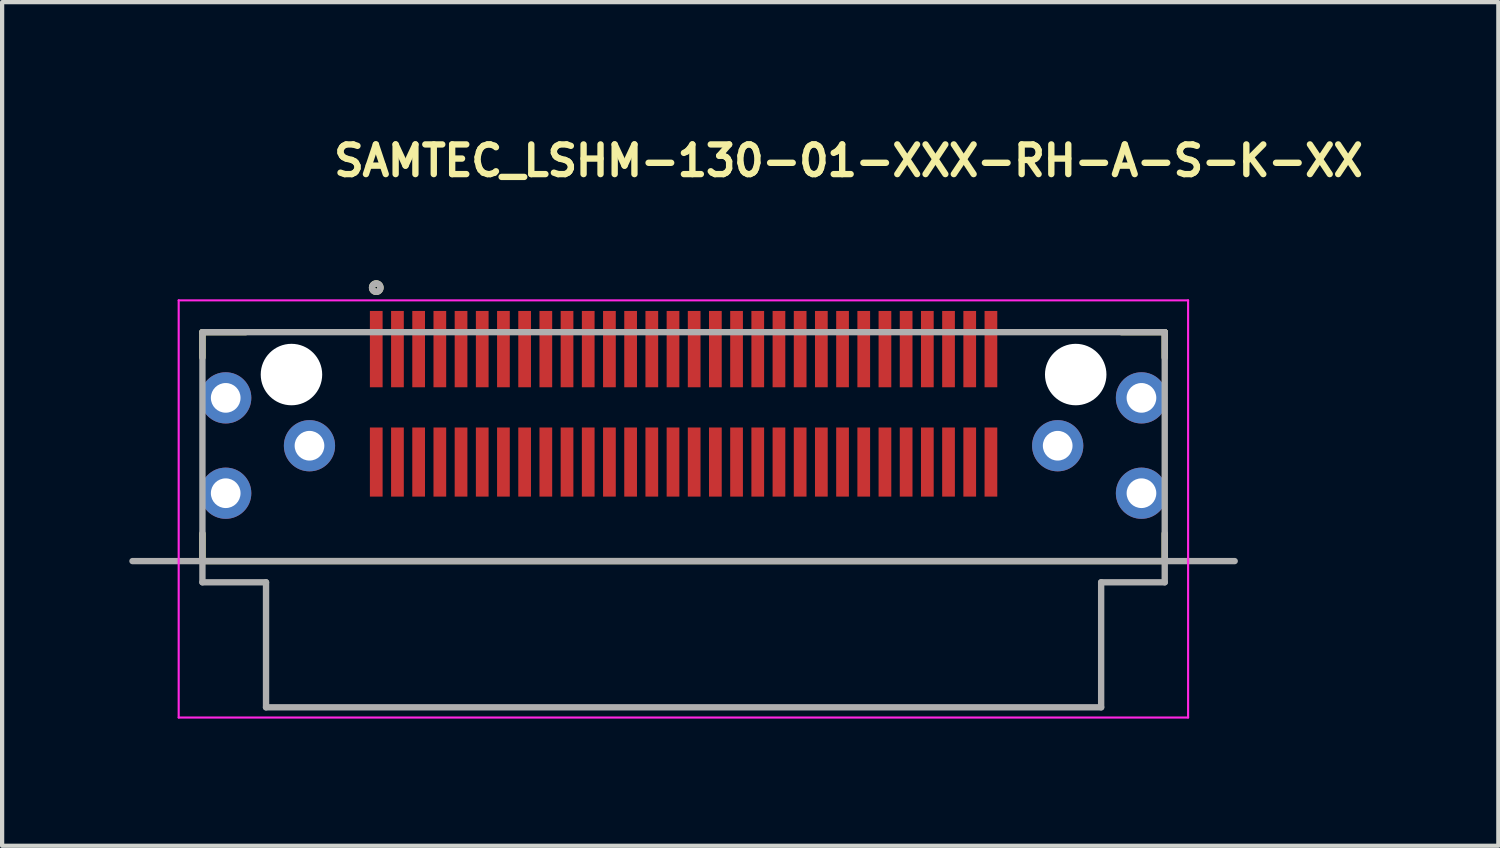
<source format=kicad_pcb>
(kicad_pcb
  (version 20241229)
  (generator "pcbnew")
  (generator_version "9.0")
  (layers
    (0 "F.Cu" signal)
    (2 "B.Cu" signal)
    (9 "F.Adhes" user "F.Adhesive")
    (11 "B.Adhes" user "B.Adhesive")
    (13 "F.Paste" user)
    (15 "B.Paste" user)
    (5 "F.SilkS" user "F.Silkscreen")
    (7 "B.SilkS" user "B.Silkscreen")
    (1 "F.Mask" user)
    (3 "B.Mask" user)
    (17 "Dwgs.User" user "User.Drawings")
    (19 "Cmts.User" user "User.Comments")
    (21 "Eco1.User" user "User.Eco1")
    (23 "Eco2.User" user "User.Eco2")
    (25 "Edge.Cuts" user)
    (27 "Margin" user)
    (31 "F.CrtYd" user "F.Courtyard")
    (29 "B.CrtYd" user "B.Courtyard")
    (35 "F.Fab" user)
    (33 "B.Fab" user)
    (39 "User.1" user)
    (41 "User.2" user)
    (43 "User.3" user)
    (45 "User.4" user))
  (footprint "SAMTEC_LSHM-130-01-XXX-RH-A-S-K-XX"
    (layer "F.Cu")
    (at 13.075 5.785)
    (property "Reference" "SAMTEC_LSHM-130-01-XXX-RH-A-S-K-XX" (at -8.325 -4.635 0) (layer "F.SilkS") (effects (font (size 0.7 0.7) (thickness 0.15)) (justify left bottom)))
    (attr smd)
    (fp_line (start -11.35 -1) (end -10.33 -1) (stroke (width 0.15) (type solid)) (layer "F.SilkS"))
    (fp_line (start -11.35 -0.401) (end -11.35 -1) (stroke (width 0.15) (type solid)) (layer "F.SilkS"))
    (fp_line (start -11.35 3.749) (end -11.35 4.4) (stroke (width 0.15) (type solid)) (layer "F.SilkS"))
    (fp_line (start -11.35 4.4) (end 11.349 4.4) (stroke (width 0.15) (type solid)) (layer "F.SilkS"))
    (fp_line (start 10.329 -1) (end 11.349 -1) (stroke (width 0.15) (type solid)) (layer "F.SilkS"))
    (fp_line (start 11.349 -1) (end 11.349 -0.401) (stroke (width 0.15) (type solid)) (layer "F.SilkS"))
    (fp_line (start 11.349 4.4) (end 11.349 3.749) (stroke (width 0.15) (type solid)) (layer "F.SilkS"))
    (fp_circle (center -7.25 -2.05) (end -7.151 -2.05) (stroke (width 0.15) (type solid)) (fill no) (layer "F.SilkS"))
    (fp_circle (center -10.801 2.799) (end -10.375 2.799) (stroke (width 0.85) (type solid)) (fill no) (layer "F.Paste"))
    (fp_circle (center 10.8 2.799) (end 11.224 2.799) (stroke (width 0.85) (type solid)) (fill no) (layer "F.Paste"))
    (fp_poly (pts (xy -10.456 -0.228) (xy -10.48 -0.237) (xy -10.5 -0.244) (xy -10.52 -0.25) (xy -10.541 -0.256) (xy -10.561 -0.262) (xy -10.582 -0.267) (xy -10.602 -0.272) (xy -10.623 -0.276) (xy -10.644 -0.28) (xy -10.665 -0.283) (xy -10.686 -0.286) (xy -10.707 -0.288) (xy -10.728 -0.29) (xy -10.749 -0.292) (xy -10.77 -0.293) (xy -10.792 -0.293) (xy -10.813 -0.293) (xy -10.834 -0.293) (xy -10.855 -0.292) (xy -10.876 -0.291) (xy -10.897 -0.289) (xy -10.918 -0.286) (xy -10.94 -0.284) (xy -10.96 -0.28) (xy -10.981 -0.277) (xy -11.002 -0.273) (xy -11.023 -0.268) (xy -11.043 -0.263) (xy -11.064 -0.257) (xy -11.091 -0.249) (xy -11.133 -0.233) (xy -11.173 -0.214) (xy -11.213 -0.194) (xy -11.251 -0.171) (xy -11.288 -0.147) (xy -11.324 -0.12) (xy -11.358 -0.092) (xy -11.391 -0.062) (xy -11.422 -0.03) (xy -11.452 0.003) (xy -11.479 0.038) (xy -11.505 0.074) (xy -11.529 0.112) (xy -11.551 0.15) (xy -11.571 0.19) (xy -11.589 0.231) (xy -11.604 0.273) (xy -11.618 0.315) (xy -11.629 0.358) (xy -11.638 0.402) (xy -11.644 0.446) (xy -11.648 0.49) (xy -11.65 0.535) (xy -11.65 0.579) (xy -11.647 0.624) (xy -11.642 0.668) (xy -11.635 0.712) (xy -11.625 0.755) (xy -11.613 0.798) (xy -11.599 0.84) (xy -11.583 0.882) (xy -11.564 0.922) (xy -11.544 0.962) (xy -11.521 1) (xy -11.497 1.037) (xy -11.47 1.073) (xy -11.442 1.107) (xy -11.412 1.14) (xy -11.38 1.171) (xy -11.347 1.201) (xy -11.312 1.228) (xy -11.276 1.254) (xy -11.238 1.278) (xy -11.2 1.3) (xy -11.16 1.32) (xy -11.119 1.338) (xy -11.077 1.353) (xy -11.035 1.367) (xy -10.992 1.378) (xy -10.948 1.387) (xy -10.904 1.393) (xy -10.86 1.397) (xy -10.815 1.399) (xy -10.771 1.399) (xy -10.726 1.396) (xy -10.682 1.391) (xy -10.638 1.384) (xy -10.595 1.374) (xy -10.552 1.362) (xy -10.51 1.348) (xy -10.489 1.341) (xy -10.469 1.332) (xy -10.449 1.324) (xy -10.43 1.314) (xy -10.41 1.305) (xy -10.391 1.294) (xy -10.372 1.284) (xy -10.353 1.272) (xy -10.335 1.261) (xy -10.317 1.248) (xy -10.299 1.236) (xy -10.281 1.223) (xy -10.264 1.209) (xy -10.248 1.195) (xy -10.231 1.181) (xy -10.215 1.166) (xy -10.2 1.151) (xy -10.184 1.135) (xy -10.17 1.119) (xy -10.155 1.103) (xy -10.141 1.086) (xy -10.128 1.069) (xy -10.114 1.052) (xy -10.102 1.034) (xy -10.09 1.016) (xy -10.078 0.998) (xy -10.067 0.979) (xy -10.056 0.96) (xy -10.045 0.941) (xy -10.037 0.923) (xy -10.456 -0.228)) (stroke (width 0.01) (type solid)) (fill yes) (layer "F.Paste"))
    (fp_poly (pts (xy -9.57 1.268) (xy -9.581 1.292) (xy -9.59 1.311) (xy -9.598 1.331) (xy -9.606 1.35) (xy -9.613 1.37) (xy -9.62 1.39) (xy -9.626 1.41) (xy -9.632 1.431) (xy -9.638 1.451) (xy -9.643 1.472) (xy -9.648 1.492) (xy -9.652 1.513) (xy -9.656 1.534) (xy -9.659 1.555) (xy -9.662 1.576) (xy -9.664 1.597) (xy -9.666 1.618) (xy -9.668 1.639) (xy -9.668 1.661) (xy -9.669 1.682) (xy -9.669 1.703) (xy -9.669 1.724) (xy -9.668 1.745) (xy -9.666 1.767) (xy -9.664 1.788) (xy -9.662 1.809) (xy -9.659 1.83) (xy -9.656 1.851) (xy -9.652 1.872) (xy -9.647 1.899) (xy -9.634 1.942) (xy -9.619 1.984) (xy -9.602 2.025) (xy -9.583 2.065) (xy -9.562 2.104) (xy -9.538 2.142) (xy -9.513 2.179) (xy -9.486 2.214) (xy -9.457 2.248) (xy -9.427 2.281) (xy -9.394 2.311) (xy -9.36 2.34) (xy -9.325 2.367) (xy -9.288 2.392) (xy -9.25 2.416) (xy -9.211 2.437) (xy -9.171 2.456) (xy -9.13 2.473) (xy -9.088 2.488) (xy -9.045 2.501) (xy -9.002 2.511) (xy -8.958 2.519) (xy -8.914 2.525) (xy -8.87 2.528) (xy -8.825 2.529) (xy -8.781 2.528) (xy -8.737 2.525) (xy -8.693 2.519) (xy -8.649 2.511) (xy -8.606 2.501) (xy -8.563 2.488) (xy -8.521 2.473) (xy -8.48 2.456) (xy -8.44 2.437) (xy -8.401 2.416) (xy -8.363 2.392) (xy -8.326 2.367) (xy -8.291 2.34) (xy -8.257 2.311) (xy -8.224 2.281) (xy -8.194 2.248) (xy -8.165 2.214) (xy -8.138 2.179) (xy -8.113 2.142) (xy -8.089 2.104) (xy -8.068 2.065) (xy -8.049 2.025) (xy -8.032 1.984) (xy -8.017 1.942) (xy -8.004 1.899) (xy -7.994 1.856) (xy -7.986 1.812) (xy -7.98 1.768) (xy -7.977 1.724) (xy -7.976 1.679) (xy -7.977 1.635) (xy -7.98 1.591) (xy -7.986 1.547) (xy -7.994 1.503) (xy -8.004 1.46) (xy -8.01 1.439) (xy -8.017 1.418) (xy -8.024 1.397) (xy -8.031 1.377) (xy -8.039 1.356) (xy -8.048 1.336) (xy -8.057 1.316) (xy -8.066 1.297) (xy -8.077 1.277) (xy -8.087 1.258) (xy -8.098 1.24) (xy -8.11 1.221) (xy -8.122 1.203) (xy -8.134 1.185) (xy -8.147 1.167) (xy -8.16 1.15) (xy -8.174 1.133) (xy -8.188 1.117) (xy -8.203 1.101) (xy -8.218 1.085) (xy -8.233 1.069) (xy -8.249 1.054) (xy -8.265 1.04) (xy -8.282 1.026) (xy -8.299 1.012) (xy -8.316 0.999) (xy -8.334 0.986) (xy -8.352 0.973) (xy -8.37 0.961) (xy -8.387 0.951) (xy -9.57 1.268)) (stroke (width 0.01) (type solid)) (fill yes) (layer "F.Paste"))
    (fp_poly (pts (xy 8.386 0.951) (xy 8.364 0.966) (xy 8.347 0.978) (xy 8.33 0.991) (xy 8.313 1.004) (xy 8.297 1.018) (xy 8.281 1.032) (xy 8.265 1.046) (xy 8.25 1.061) (xy 8.235 1.075) (xy 8.22 1.091) (xy 8.206 1.106) (xy 8.192 1.122) (xy 8.178 1.138) (xy 8.165 1.155) (xy 8.152 1.172) (xy 8.139 1.189) (xy 8.127 1.206) (xy 8.115 1.224) (xy 8.104 1.242) (xy 8.093 1.26) (xy 8.082 1.278) (xy 8.072 1.297) (xy 8.062 1.315) (xy 8.053 1.335) (xy 8.044 1.354) (xy 8.035 1.373) (xy 8.027 1.393) (xy 8.02 1.413) (xy 8.012 1.432) (xy 8.003 1.46) (xy 7.993 1.503) (xy 7.985 1.547) (xy 7.979 1.591) (xy 7.976 1.635) (xy 7.975 1.679) (xy 7.976 1.724) (xy 7.979 1.768) (xy 7.985 1.812) (xy 7.993 1.856) (xy 8.003 1.899) (xy 8.016 1.942) (xy 8.031 1.984) (xy 8.048 2.025) (xy 8.067 2.065) (xy 8.088 2.104) (xy 8.112 2.142) (xy 8.137 2.179) (xy 8.164 2.214) (xy 8.193 2.248) (xy 8.223 2.281) (xy 8.256 2.311) (xy 8.29 2.34) (xy 8.325 2.367) (xy 8.362 2.392) (xy 8.4 2.416) (xy 8.439 2.437) (xy 8.479 2.456) (xy 8.52 2.473) (xy 8.562 2.488) (xy 8.605 2.501) (xy 8.648 2.511) (xy 8.692 2.519) (xy 8.736 2.525) (xy 8.78 2.528) (xy 8.824 2.529) (xy 8.869 2.528) (xy 8.913 2.525) (xy 8.957 2.519) (xy 9.001 2.511) (xy 9.044 2.501) (xy 9.087 2.488) (xy 9.129 2.473) (xy 9.17 2.456) (xy 9.21 2.437) (xy 9.249 2.416) (xy 9.287 2.392) (xy 9.324 2.367) (xy 9.359 2.34) (xy 9.393 2.311) (xy 9.426 2.281) (xy 9.456 2.248) (xy 9.485 2.214) (xy 9.512 2.179) (xy 9.537 2.142) (xy 9.561 2.104) (xy 9.582 2.065) (xy 9.601 2.025) (xy 9.618 1.984) (xy 9.633 1.942) (xy 9.646 1.899) (xy 9.651 1.878) (xy 9.656 1.857) (xy 9.66 1.836) (xy 9.664 1.814) (xy 9.667 1.793) (xy 9.67 1.771) (xy 9.672 1.749) (xy 9.673 1.728) (xy 9.674 1.706) (xy 9.675 1.684) (xy 9.674 1.662) (xy 9.674 1.64) (xy 9.672 1.619) (xy 9.671 1.597) (xy 9.668 1.575) (xy 9.665 1.554) (xy 9.662 1.532) (xy 9.658 1.511) (xy 9.653 1.489) (xy 9.648 1.468) (xy 9.642 1.447) (xy 9.636 1.426) (xy 9.629 1.406) (xy 9.622 1.385) (xy 9.614 1.365) (xy 9.606 1.345) (xy 9.597 1.325) (xy 9.588 1.305) (xy 9.578 1.285) (xy 9.569 1.268) (xy 8.386 0.951)) (stroke (width 0.01) (type solid)) (fill yes) (layer "F.Paste"))
    (fp_poly (pts (xy 10.036 0.923) (xy 10.048 0.946) (xy 10.059 0.964) (xy 10.071 0.982) (xy 10.082 1) (xy 10.094 1.017) (xy 10.107 1.034) (xy 10.12 1.051) (xy 10.133 1.068) (xy 10.146 1.084) (xy 10.16 1.1) (xy 10.175 1.116) (xy 10.189 1.131) (xy 10.204 1.146) (xy 10.219 1.161) (xy 10.235 1.175) (xy 10.251 1.189) (xy 10.267 1.203) (xy 10.284 1.216) (xy 10.3 1.229) (xy 10.318 1.242) (xy 10.335 1.254) (xy 10.353 1.266) (xy 10.37 1.277) (xy 10.389 1.288) (xy 10.407 1.299) (xy 10.426 1.309) (xy 10.444 1.319) (xy 10.463 1.328) (xy 10.483 1.337) (xy 10.509 1.348) (xy 10.551 1.362) (xy 10.594 1.374) (xy 10.637 1.384) (xy 10.681 1.391) (xy 10.725 1.396) (xy 10.77 1.399) (xy 10.814 1.399) (xy 10.859 1.397) (xy 10.903 1.393) (xy 10.947 1.387) (xy 10.991 1.378) (xy 11.034 1.367) (xy 11.076 1.353) (xy 11.118 1.338) (xy 11.159 1.32) (xy 11.199 1.3) (xy 11.237 1.278) (xy 11.275 1.254) (xy 11.311 1.228) (xy 11.346 1.201) (xy 11.379 1.171) (xy 11.411 1.14) (xy 11.441 1.107) (xy 11.469 1.073) (xy 11.496 1.037) (xy 11.52 1) (xy 11.543 0.962) (xy 11.563 0.922) (xy 11.582 0.882) (xy 11.598 0.84) (xy 11.612 0.798) (xy 11.624 0.755) (xy 11.634 0.712) (xy 11.641 0.668) (xy 11.646 0.624) (xy 11.649 0.579) (xy 11.649 0.535) (xy 11.647 0.49) (xy 11.643 0.446) (xy 11.637 0.402) (xy 11.628 0.358) (xy 11.617 0.315) (xy 11.603 0.273) (xy 11.588 0.231) (xy 11.57 0.19) (xy 11.55 0.15) (xy 11.528 0.112) (xy 11.504 0.074) (xy 11.478 0.038) (xy 11.451 0.003) (xy 11.421 -0.03) (xy 11.39 -0.062) (xy 11.357 -0.092) (xy 11.323 -0.12) (xy 11.287 -0.147) (xy 11.25 -0.171) (xy 11.212 -0.194) (xy 11.172 -0.214) (xy 11.132 -0.233) (xy 11.09 -0.249) (xy 11.07 -0.256) (xy 11.049 -0.263) (xy 11.028 -0.269) (xy 11.007 -0.275) (xy 10.986 -0.28) (xy 10.964 -0.284) (xy 10.943 -0.288) (xy 10.921 -0.292) (xy 10.9 -0.295) (xy 10.878 -0.297) (xy 10.856 -0.299) (xy 10.835 -0.3) (xy 10.813 -0.3) (xy 10.791 -0.301) (xy 10.769 -0.3) (xy 10.747 -0.299) (xy 10.726 -0.297) (xy 10.704 -0.295) (xy 10.682 -0.293) (xy 10.661 -0.289) (xy 10.639 -0.286) (xy 10.618 -0.281) (xy 10.597 -0.276) (xy 10.576 -0.271) (xy 10.555 -0.265) (xy 10.534 -0.258) (xy 10.513 -0.251) (xy 10.493 -0.244) (xy 10.473 -0.236) (xy 10.455 -0.228) (xy 10.036 0.923)) (stroke (width 0.01) (type solid)) (fill yes) (layer "F.Paste"))
    (fp_line (start -11.91 -1.75) (end 11.9 -1.75) (stroke (width 0.05) (type solid)) (layer "F.CrtYd"))
    (fp_line (start -11.91 8.09) (end -11.91 -1.75) (stroke (width 0.05) (type solid)) (layer "F.CrtYd"))
    (fp_line (start 11.9 -1.75) (end 11.9 8.09) (stroke (width 0.05) (type solid)) (layer "F.CrtYd"))
    (fp_line (start 11.9 8.09) (end -11.91 8.09) (stroke (width 0.05) (type solid)) (layer "F.CrtYd"))
    (fp_line (start -13 4.4) (end 12.999 4.4) (stroke (width 0.15) (type solid)) (layer "F.Fab"))
    (fp_line (start -11.35 -1) (end 11.349 -1) (stroke (width 0.15) (type solid)) (layer "F.Fab"))
    (fp_line (start -11.35 4.9) (end -11.35 -1) (stroke (width 0.15) (type solid)) (layer "F.Fab"))
    (fp_line (start -9.85 4.9) (end -11.35 4.9) (stroke (width 0.15) (type solid)) (layer "F.Fab"))
    (fp_line (start -9.85 7.849) (end -9.85 4.9) (stroke (width 0.15) (type solid)) (layer "F.Fab"))
    (fp_line (start 9.849 4.9) (end 9.849 7.849) (stroke (width 0.15) (type solid)) (layer "F.Fab"))
    (fp_line (start 9.849 7.849) (end -9.85 7.849) (stroke (width 0.15) (type solid)) (layer "F.Fab"))
    (fp_line (start 11.349 -1) (end 11.349 4.9) (stroke (width 0.15) (type solid)) (layer "F.Fab"))
    (fp_line (start 11.349 4.9) (end 9.849 4.9) (stroke (width 0.15) (type solid)) (layer "F.Fab"))
    (fp_circle (center -7.25 -2.05) (end -7.151 -2.05) (stroke (width 0.15) (type solid)) (fill no) (layer "F.Fab"))
    (fp_rect (start -11.35 -0.85) (end 11.349 7.999) (stroke (width 0.1) (type solid)) (fill no) (layer "User.5"))
    (fp_line (start -11.35 -0.401) (end -11.35 4.9) (stroke (width 0.02) (type solid)) (layer "User.9"))
    (fp_line (start -11.35 4.9) (end -11.2 5.049) (stroke (width 0.02) (type solid)) (layer "User.9"))
    (fp_line (start -11.2 -0.551) (end -11.35 -0.401) (stroke (width 0.02) (type solid)) (layer "User.9"))
    (fp_line (start -11.2 5.049) (end -10.401 5.049) (stroke (width 0.02) (type solid)) (layer "User.9"))
    (fp_line (start -10.401 5.049) (end -10.25 4.9) (stroke (width 0.02) (type solid)) (layer "User.9"))
    (fp_line (start -10.358 5.605) (end -10.357 5.573) (stroke (width 0.02) (type solid)) (layer "User.9"))
    (fp_line (start -10.358 5.636) (end -10.358 5.605) (stroke (width 0.02) (type solid)) (layer "User.9"))
    (fp_line (start -10.358 5.667) (end -10.358 5.636) (stroke (width 0.02) (type solid)) (layer "User.9"))
    (fp_line (start -10.357 5.573) (end -10.355 5.542) (stroke (width 0.02) (type solid)) (layer "User.9"))
    (fp_line (start -10.357 5.698) (end -10.358 5.667) (stroke (width 0.02) (type solid)) (layer "User.9"))
    (fp_line (start -10.355 5.542) (end -10.352 5.511) (stroke (width 0.02) (type solid)) (layer "User.9"))
    (fp_line (start -10.354 5.73) (end -10.357 5.698) (stroke (width 0.02) (type solid)) (layer "User.9"))
    (fp_line (start -10.352 5.511) (end -10.348 5.48) (stroke (width 0.02) (type solid)) (layer "User.9"))
    (fp_line (start -10.351 5.761) (end -10.354 5.73) (stroke (width 0.02) (type solid)) (layer "User.9"))
    (fp_line (start -10.348 5.48) (end -10.344 5.449) (stroke (width 0.02) (type solid)) (layer "User.9"))
    (fp_line (start -10.347 5.793) (end -10.351 5.761) (stroke (width 0.02) (type solid)) (layer "User.9"))
    (fp_line (start -10.344 5.449) (end -10.338 5.418) (stroke (width 0.02) (type solid)) (layer "User.9"))
    (fp_line (start -10.338 5.418) (end -10.332 5.388) (stroke (width 0.02) (type solid)) (layer "User.9"))
    (fp_line (start -10.332 5.388) (end -10.325 5.357) (stroke (width 0.02) (type solid)) (layer "User.9"))
    (fp_line (start -10.325 5.357) (end -10.317 5.326) (stroke (width 0.02) (type solid)) (layer "User.9"))
    (fp_line (start -10.317 5.326) (end -10.308 5.296) (stroke (width 0.02) (type solid)) (layer "User.9"))
    (fp_line (start -10.308 5.296) (end -10.275 5.185) (stroke (width 0.02) (type solid)) (layer "User.9"))
    (fp_line (start -10.285 7.391) (end -10.155 7.15) (stroke (width 0.02) (type solid)) (layer "User.9"))
    (fp_line (start -10.275 5.185) (end -10.156 4.821) (stroke (width 0.02) (type solid)) (layer "User.9"))
    (fp_line (start -10.25 2.7) (end -10.1 2.7) (stroke (width 0.02) (type solid)) (layer "User.9"))
    (fp_line (start -10.25 2.7) (end -10.1 2.7) (stroke (width 0.02) (type solid)) (layer "User.9"))
    (fp_line (start -10.25 4.9) (end -10.25 2.7) (stroke (width 0.02) (type solid)) (layer "User.9"))
    (fp_line (start -10.156 4.821) (end -10.1 4.65) (stroke (width 0.02) (type solid)) (layer "User.9"))
    (fp_line (start -10.155 7.15) (end -10.347 5.793) (stroke (width 0.02) (type solid)) (layer "User.9"))
    (fp_line (start -10.145 5.691) (end -10.144 5.663) (stroke (width 0.02) (type solid)) (layer "User.9"))
    (fp_line (start -10.144 5.635) (end -10.142 5.608) (stroke (width 0.02) (type solid)) (layer "User.9"))
    (fp_line (start -10.144 5.663) (end -10.144 5.635) (stroke (width 0.02) (type solid)) (layer "User.9"))
    (fp_line (start -10.144 5.719) (end -10.145 5.691) (stroke (width 0.02) (type solid)) (layer "User.9"))
    (fp_line (start -10.142 5.608) (end -10.14 5.58) (stroke (width 0.02) (type solid)) (layer "User.9"))
    (fp_line (start -10.142 5.747) (end -10.144 5.719) (stroke (width 0.02) (type solid)) (layer "User.9"))
    (fp_line (start -10.14 5.58) (end -10.136 5.552) (stroke (width 0.02) (type solid)) (layer "User.9"))
    (fp_line (start -10.14 5.775) (end -10.142 5.747) (stroke (width 0.02) (type solid)) (layer "User.9"))
    (fp_line (start -10.137 5.803) (end -10.14 5.775) (stroke (width 0.02) (type solid)) (layer "User.9"))
    (fp_line (start -10.136 5.552) (end -10.133 5.525) (stroke (width 0.02) (type solid)) (layer "User.9"))
    (fp_line (start -10.133 5.525) (end -10.128 5.497) (stroke (width 0.02) (type solid)) (layer "User.9"))
    (fp_line (start -10.133 5.832) (end -10.137 5.803) (stroke (width 0.02) (type solid)) (layer "User.9"))
    (fp_line (start -10.133 5.832) (end -10.1 6.044) (stroke (width 0.02) (type solid)) (layer "User.9"))
    (fp_line (start -10.128 5.497) (end -10.122 5.47) (stroke (width 0.02) (type solid)) (layer "User.9"))
    (fp_line (start -10.122 5.47) (end -10.116 5.442) (stroke (width 0.02) (type solid)) (layer "User.9"))
    (fp_line (start -10.116 5.442) (end -10.109 5.415) (stroke (width 0.02) (type solid)) (layer "User.9"))
    (fp_line (start -10.109 5.415) (end -10.101 5.387) (stroke (width 0.02) (type solid)) (layer "User.9"))
    (fp_line (start -10.109 7.485) (end -10.285 7.391) (stroke (width 0.02) (type solid)) (layer "User.9"))
    (fp_line (start -10.1 5.385) (end -10.101 5.387) (stroke (width 0.02) (type solid)) (layer "User.9"))
    (fp_line (start -10.1 7.4) (end -10.1 2.7) (stroke (width 0.02) (type solid)) (layer "User.9"))
    (fp_line (start -10.064 7.4) (end -10.109 7.485) (stroke (width 0.02) (type solid)) (layer "User.9"))
    (fp_line (start -9.969 2.7) (end -10.1 2.7) (stroke (width 0.02) (type solid)) (layer "User.9"))
    (fp_line (start -9.969 2.7) (end -9.969 2.7) (stroke (width 0.02) (type solid)) (layer "User.9"))
    (fp_line (start -9.969 7.4) (end -10.1 7.4) (stroke (width 0.02) (type solid)) (layer "User.9"))
    (fp_line (start -9.969 7.4) (end -9.969 7.4) (stroke (width 0.02) (type solid)) (layer "User.9"))
    (fp_line (start -9.85 -0.551) (end -11.2 -0.551) (stroke (width 0.02) (type solid)) (layer "User.9"))
    (fp_line (start -9.85 2.7) (end -9.85 -0.551) (stroke (width 0.02) (type solid)) (layer "User.9"))
    (fp_line (start -9.85 7.999) (end -9.85 7.4) (stroke (width 0.02) (type solid)) (layer "User.9"))
    (fp_line (start -9.651 2.7) (end -9.969 2.7) (stroke (width 0.02) (type solid)) (layer "User.9"))
    (fp_line (start -9.651 7.4) (end -9.969 7.4) (stroke (width 0.02) (type solid)) (layer "User.9"))
    (fp_line (start -9.45 -0.551) (end -9.85 -0.551) (stroke (width 0.02) (type solid)) (layer "User.9"))
    (fp_line (start -9.45 2.7) (end -9.45 -0.551) (stroke (width 0.02) (type solid)) (layer "User.9"))
    (fp_line (start -9.45 7.999) (end -9.85 7.999) (stroke (width 0.02) (type solid)) (layer "User.9"))
    (fp_line (start -9.45 7.999) (end -9.45 7.4) (stroke (width 0.02) (type solid)) (layer "User.9"))
    (fp_line (start -8.6 2.7) (end -9.651 2.7) (stroke (width 0.02) (type solid)) (layer "User.9"))
    (fp_line (start -8.6 2.7) (end -8.45 2.85) (stroke (width 0.02) (type solid)) (layer "User.9"))
    (fp_line (start -8.45 2.85) (end -8.45 4.36) (stroke (width 0.02) (type solid)) (layer "User.9"))
    (fp_line (start -8.45 4.36) (end -7.651 4.36) (stroke (width 0.02) (type solid)) (layer "User.9"))
    (fp_line (start -8.401 2.7) (end -8.6 2.7) (stroke (width 0.02) (type solid)) (layer "User.9"))
    (fp_line (start -8.401 2.7) (end -8.401 4.099) (stroke (width 0.02) (type solid)) (layer "User.9"))
    (fp_line (start -8.401 4.099) (end -8.2 4.299) (stroke (width 0.02) (type solid)) (layer "User.9"))
    (fp_line (start -8.2 4.299) (end -7.901 4.299) (stroke (width 0.02) (type solid)) (layer "User.9"))
    (fp_line (start -8.165 -0.551) (end -9.45 -0.551) (stroke (width 0.02) (type solid)) (layer "User.9"))
    (fp_line (start -8.165 -0.551) (end -8.165 2.7) (stroke (width 0.02) (type solid)) (layer "User.9"))
    (fp_line (start -7.901 4.299) (end -7.701 4.099) (stroke (width 0.02) (type solid)) (layer "User.9"))
    (fp_line (start -7.701 2.7) (end -8.401 2.7) (stroke (width 0.02) (type solid)) (layer "User.9"))
    (fp_line (start -7.701 4.099) (end -7.701 2.7) (stroke (width 0.02) (type solid)) (layer "User.9"))
    (fp_line (start -7.651 3.7) (end -7.5 3.549) (stroke (width 0.02) (type solid)) (layer "User.9"))
    (fp_line (start -7.651 4.36) (end -7.651 3.7) (stroke (width 0.02) (type solid)) (layer "User.9"))
    (fp_line (start -7.5 3.549) (end -2.194 3.549) (stroke (width 0.02) (type solid)) (layer "User.9"))
    (fp_line (start -7.35 -0.85) (end -7.35 2.549) (stroke (width 0.02) (type solid)) (layer "User.9"))
    (fp_line (start -7.35 -0.551) (end -8.165 -0.551) (stroke (width 0.02) (type solid)) (layer "User.9"))
    (fp_line (start -7.35 2.549) (end -7.35 2.7) (stroke (width 0.02) (type solid)) (layer "User.9"))
    (fp_line (start -7.35 2.7) (end -7.701 2.7) (stroke (width 0.02) (type solid)) (layer "User.9"))
    (fp_line (start -7.35 2.7) (end -7.35 3.1) (stroke (width 0.02) (type solid)) (layer "User.9"))
    (fp_line (start -7.35 2.999) (end -7.35 3.1) (stroke (width 0.02) (type solid)) (layer "User.9"))
    (fp_line (start -7.35 3.1) (end -7.151 3.1) (stroke (width 0.02) (type solid)) (layer "User.9"))
    (fp_line (start -7.35 3.1) (end -7.151 3.1) (stroke (width 0.02) (type solid)) (layer "User.9"))
    (fp_line (start -7.151 -0.85) (end -7.35 -0.85) (stroke (width 0.02) (type solid)) (layer "User.9"))
    (fp_line (start -7.151 -0.85) (end -7.151 2.549) (stroke (width 0.02) (type solid)) (layer "User.9"))
    (fp_line (start -7.151 2.549) (end -7.35 2.549) (stroke (width 0.02) (type solid)) (layer "User.9"))
    (fp_line (start -7.151 2.549) (end -7.151 2.7) (stroke (width 0.02) (type solid)) (layer "User.9"))
    (fp_line (start -7.151 2.999) (end -7.35 2.999) (stroke (width 0.02) (type solid)) (layer "User.9"))
    (fp_line (start -7.151 3.1) (end -7.151 2.7) (stroke (width 0.02) (type solid)) (layer "User.9"))
    (fp_line (start -7 7.999) (end -9.45 7.999) (stroke (width 0.02) (type solid)) (layer "User.9"))
    (fp_line (start -7 7.999) (end -7 7.4) (stroke (width 0.02) (type solid)) (layer "User.9"))
    (fp_line (start -7 7.999) (end -5.5 7.999) (stroke (width 0.02) (type solid)) (layer "User.9"))
    (fp_line (start -6.85 -0.551) (end -7.151 -0.551) (stroke (width 0.02) (type solid)) (layer "User.9"))
    (fp_line (start -6.85 2.549) (end -6.85 -0.85) (stroke (width 0.02) (type solid)) (layer "User.9"))
    (fp_line (start -6.85 2.7) (end -7.151 2.7) (stroke (width 0.02) (type solid)) (layer "User.9"))
    (fp_line (start -6.85 2.7) (end -6.85 2.549) (stroke (width 0.02) (type solid)) (layer "User.9"))
    (fp_line (start -6.85 2.7) (end -6.85 3.1) (stroke (width 0.02) (type solid)) (layer "User.9"))
    (fp_line (start -6.85 3.1) (end -6.651 3.1) (stroke (width 0.02) (type solid)) (layer "User.9"))
    (fp_line (start -6.85 3.1) (end -6.651 3.1) (stroke (width 0.02) (type solid)) (layer "User.9"))
    (fp_line (start -6.651 -0.85) (end -6.85 -0.85) (stroke (width 0.02) (type solid)) (layer "User.9"))
    (fp_line (start -6.651 -0.85) (end -6.651 2.549) (stroke (width 0.02) (type solid)) (layer "User.9"))
    (fp_line (start -6.651 2.549) (end -6.85 2.549) (stroke (width 0.02) (type solid)) (layer "User.9"))
    (fp_line (start -6.651 2.549) (end -6.651 2.7) (stroke (width 0.02) (type solid)) (layer "User.9"))
    (fp_line (start -6.651 2.999) (end -6.85 2.999) (stroke (width 0.02) (type solid)) (layer "User.9"))
    (fp_line (start -6.651 3.1) (end -6.651 2.7) (stroke (width 0.02) (type solid)) (layer "User.9"))
    (fp_line (start -6.35 -0.551) (end -6.651 -0.551) (stroke (width 0.02) (type solid)) (layer "User.9"))
    (fp_line (start -6.35 2.549) (end -6.35 -0.85) (stroke (width 0.02) (type solid)) (layer "User.9"))
    (fp_line (start -6.35 2.7) (end -6.651 2.7) (stroke (width 0.02) (type solid)) (layer "User.9"))
    (fp_line (start -6.35 2.7) (end -6.35 2.549) (stroke (width 0.02) (type solid)) (layer "User.9"))
    (fp_line (start -6.35 2.7) (end -6.35 3.1) (stroke (width 0.02) (type solid)) (layer "User.9"))
    (fp_line (start -6.35 3.1) (end -6.151 3.1) (stroke (width 0.02) (type solid)) (layer "User.9"))
    (fp_line (start -6.35 3.1) (end -6.151 3.1) (stroke (width 0.02) (type solid)) (layer "User.9"))
    (fp_line (start -6.151 -0.85) (end -6.35 -0.85) (stroke (width 0.02) (type solid)) (layer "User.9"))
    (fp_line (start -6.151 -0.85) (end -6.151 2.549) (stroke (width 0.02) (type solid)) (layer "User.9"))
    (fp_line (start -6.151 2.549) (end -6.35 2.549) (stroke (width 0.02) (type solid)) (layer "User.9"))
    (fp_line (start -6.151 2.549) (end -6.151 2.7) (stroke (width 0.02) (type solid)) (layer "User.9"))
    (fp_line (start -6.151 2.999) (end -6.35 2.999) (stroke (width 0.02) (type solid)) (layer "User.9"))
    (fp_line (start -6.151 3.1) (end -6.151 2.7) (stroke (width 0.02) (type solid)) (layer "User.9"))
    (fp_line (start -5.85 -0.551) (end -6.151 -0.551) (stroke (width 0.02) (type solid)) (layer "User.9"))
    (fp_line (start -5.85 2.549) (end -5.85 -0.85) (stroke (width 0.02) (type solid)) (layer "User.9"))
    (fp_line (start -5.85 2.7) (end -6.151 2.7) (stroke (width 0.02) (type solid)) (layer "User.9"))
    (fp_line (start -5.85 2.7) (end -5.85 2.549) (stroke (width 0.02) (type solid)) (layer "User.9"))
    (fp_line (start -5.85 2.7) (end -5.85 3.1) (stroke (width 0.02) (type solid)) (layer "User.9"))
    (fp_line (start -5.85 3.1) (end -5.651 3.1) (stroke (width 0.02) (type solid)) (layer "User.9"))
    (fp_line (start -5.85 3.1) (end -5.651 3.1) (stroke (width 0.02) (type solid)) (layer "User.9"))
    (fp_line (start -5.651 -0.85) (end -5.85 -0.85) (stroke (width 0.02) (type solid)) (layer "User.9"))
    (fp_line (start -5.651 -0.85) (end -5.651 2.549) (stroke (width 0.02) (type solid)) (layer "User.9"))
    (fp_line (start -5.651 2.549) (end -5.85 2.549) (stroke (width 0.02) (type solid)) (layer "User.9"))
    (fp_line (start -5.651 2.549) (end -5.651 2.7) (stroke (width 0.02) (type solid)) (layer "User.9"))
    (fp_line (start -5.651 2.999) (end -5.85 2.999) (stroke (width 0.02) (type solid)) (layer "User.9"))
    (fp_line (start -5.651 3.1) (end -5.651 2.7) (stroke (width 0.02) (type solid)) (layer "User.9"))
    (fp_line (start -5.5 7.4) (end -5.5 7.999) (stroke (width 0.02) (type solid)) (layer "User.9"))
    (fp_line (start -5.35 -0.551) (end -5.651 -0.551) (stroke (width 0.02) (type solid)) (layer "User.9"))
    (fp_line (start -5.35 2.549) (end -5.35 -0.85) (stroke (width 0.02) (type solid)) (layer "User.9"))
    (fp_line (start -5.35 2.7) (end -5.651 2.7) (stroke (width 0.02) (type solid)) (layer "User.9"))
    (fp_line (start -5.35 2.7) (end -5.35 2.549) (stroke (width 0.02) (type solid)) (layer "User.9"))
    (fp_line (start -5.35 2.7) (end -5.35 3.1) (stroke (width 0.02) (type solid)) (layer "User.9"))
    (fp_line (start -5.35 3.1) (end -5.151 3.1) (stroke (width 0.02) (type solid)) (layer "User.9"))
    (fp_line (start -5.35 3.1) (end -5.151 3.1) (stroke (width 0.02) (type solid)) (layer "User.9"))
    (fp_line (start -5.151 -0.85) (end -5.35 -0.85) (stroke (width 0.02) (type solid)) (layer "User.9"))
    (fp_line (start -5.151 -0.85) (end -5.151 2.549) (stroke (width 0.02) (type solid)) (layer "User.9"))
    (fp_line (start -5.151 2.549) (end -5.35 2.549) (stroke (width 0.02) (type solid)) (layer "User.9"))
    (fp_line (start -5.151 2.549) (end -5.151 2.7) (stroke (width 0.02) (type solid)) (layer "User.9"))
    (fp_line (start -5.151 2.999) (end -5.35 2.999) (stroke (width 0.02) (type solid)) (layer "User.9"))
    (fp_line (start -5.151 3.1) (end -5.151 2.7) (stroke (width 0.02) (type solid)) (layer "User.9"))
    (fp_line (start -4.85 -0.551) (end -5.151 -0.551) (stroke (width 0.02) (type solid)) (layer "User.9"))
    (fp_line (start -4.85 2.549) (end -4.85 -0.85) (stroke (width 0.02) (type solid)) (layer "User.9"))
    (fp_line (start -4.85 2.7) (end -5.151 2.7) (stroke (width 0.02) (type solid)) (layer "User.9"))
    (fp_line (start -4.85 2.7) (end -4.85 2.549) (stroke (width 0.02) (type solid)) (layer "User.9"))
    (fp_line (start -4.85 2.7) (end -4.85 3.1) (stroke (width 0.02) (type solid)) (layer "User.9"))
    (fp_line (start -4.85 3.1) (end -4.651 3.1) (stroke (width 0.02) (type solid)) (layer "User.9"))
    (fp_line (start -4.85 3.1) (end -4.651 3.1) (stroke (width 0.02) (type solid)) (layer "User.9"))
    (fp_line (start -4.651 -0.85) (end -4.85 -0.85) (stroke (width 0.02) (type solid)) (layer "User.9"))
    (fp_line (start -4.651 -0.85) (end -4.651 2.549) (stroke (width 0.02) (type solid)) (layer "User.9"))
    (fp_line (start -4.651 2.549) (end -4.85 2.549) (stroke (width 0.02) (type solid)) (layer "User.9"))
    (fp_line (start -4.651 2.549) (end -4.651 2.7) (stroke (width 0.02) (type solid)) (layer "User.9"))
    (fp_line (start -4.651 2.999) (end -4.85 2.999) (stroke (width 0.02) (type solid)) (layer "User.9"))
    (fp_line (start -4.651 3.1) (end -4.651 2.7) (stroke (width 0.02) (type solid)) (layer "User.9"))
    (fp_line (start -4.5 7.999) (end -5.5 7.999) (stroke (width 0.02) (type solid)) (layer "User.9"))
    (fp_line (start -4.5 7.999) (end -4.5 7.4) (stroke (width 0.02) (type solid)) (layer "User.9"))
    (fp_line (start -4.5 7.999) (end -3 7.999) (stroke (width 0.02) (type solid)) (layer "User.9"))
    (fp_line (start -4.35 -0.551) (end -4.651 -0.551) (stroke (width 0.02) (type solid)) (layer "User.9"))
    (fp_line (start -4.35 2.549) (end -4.35 -0.85) (stroke (width 0.02) (type solid)) (layer "User.9"))
    (fp_line (start -4.35 2.7) (end -4.651 2.7) (stroke (width 0.02) (type solid)) (layer "User.9"))
    (fp_line (start -4.35 2.7) (end -4.35 2.549) (stroke (width 0.02) (type solid)) (layer "User.9"))
    (fp_line (start -4.35 2.7) (end -4.35 3.1) (stroke (width 0.02) (type solid)) (layer "User.9"))
    (fp_line (start -4.35 3.1) (end -4.151 3.1) (stroke (width 0.02) (type solid)) (layer "User.9"))
    (fp_line (start -4.35 3.1) (end -4.151 3.1) (stroke (width 0.02) (type solid)) (layer "User.9"))
    (fp_line (start -4.151 -0.85) (end -4.35 -0.85) (stroke (width 0.02) (type solid)) (layer "User.9"))
    (fp_line (start -4.151 -0.85) (end -4.151 2.549) (stroke (width 0.02) (type solid)) (layer "User.9"))
    (fp_line (start -4.151 2.549) (end -4.35 2.549) (stroke (width 0.02) (type solid)) (layer "User.9"))
    (fp_line (start -4.151 2.549) (end -4.151 2.7) (stroke (width 0.02) (type solid)) (layer "User.9"))
    (fp_line (start -4.151 2.999) (end -4.35 2.999) (stroke (width 0.02) (type solid)) (layer "User.9"))
    (fp_line (start -4.151 3.1) (end -4.151 2.7) (stroke (width 0.02) (type solid)) (layer "User.9"))
    (fp_line (start -3.851 -0.551) (end -4.151 -0.551) (stroke (width 0.02) (type solid)) (layer "User.9"))
    (fp_line (start -3.851 2.549) (end -3.851 -0.85) (stroke (width 0.02) (type solid)) (layer "User.9"))
    (fp_line (start -3.851 2.7) (end -4.151 2.7) (stroke (width 0.02) (type solid)) (layer "User.9"))
    (fp_line (start -3.851 2.7) (end -3.851 2.549) (stroke (width 0.02) (type solid)) (layer "User.9"))
    (fp_line (start -3.851 2.7) (end -3.851 3.1) (stroke (width 0.02) (type solid)) (layer "User.9"))
    (fp_line (start -3.851 3.1) (end -3.65 3.1) (stroke (width 0.02) (type solid)) (layer "User.9"))
    (fp_line (start -3.851 3.1) (end -3.65 3.1) (stroke (width 0.02) (type solid)) (layer "User.9"))
    (fp_line (start -3.65 -0.85) (end -3.851 -0.85) (stroke (width 0.02) (type solid)) (layer "User.9"))
    (fp_line (start -3.65 -0.85) (end -3.65 2.549) (stroke (width 0.02) (type solid)) (layer "User.9"))
    (fp_line (start -3.65 2.549) (end -3.851 2.549) (stroke (width 0.02) (type solid)) (layer "User.9"))
    (fp_line (start -3.65 2.549) (end -3.65 2.7) (stroke (width 0.02) (type solid)) (layer "User.9"))
    (fp_line (start -3.65 2.999) (end -3.851 2.999) (stroke (width 0.02) (type solid)) (layer "User.9"))
    (fp_line (start -3.65 3.1) (end -3.65 2.7) (stroke (width 0.02) (type solid)) (layer "User.9"))
    (fp_line (start -3.351 -0.551) (end -3.65 -0.551) (stroke (width 0.02) (type solid)) (layer "User.9"))
    (fp_line (start -3.351 2.549) (end -3.351 -0.85) (stroke (width 0.02) (type solid)) (layer "User.9"))
    (fp_line (start -3.351 2.7) (end -3.65 2.7) (stroke (width 0.02) (type solid)) (layer "User.9"))
    (fp_line (start -3.351 2.7) (end -3.351 2.549) (stroke (width 0.02) (type solid)) (layer "User.9"))
    (fp_line (start -3.351 2.7) (end -3.351 3.1) (stroke (width 0.02) (type solid)) (layer "User.9"))
    (fp_line (start -3.351 3.1) (end -3.15 3.1) (stroke (width 0.02) (type solid)) (layer "User.9"))
    (fp_line (start -3.351 3.1) (end -3.15 3.1) (stroke (width 0.02) (type solid)) (layer "User.9"))
    (fp_line (start -3.15 -0.85) (end -3.351 -0.85) (stroke (width 0.02) (type solid)) (layer "User.9"))
    (fp_line (start -3.15 -0.85) (end -3.15 2.549) (stroke (width 0.02) (type solid)) (layer "User.9"))
    (fp_line (start -3.15 2.549) (end -3.351 2.549) (stroke (width 0.02) (type solid)) (layer "User.9"))
    (fp_line (start -3.15 2.549) (end -3.15 2.7) (stroke (width 0.02) (type solid)) (layer "User.9"))
    (fp_line (start -3.15 2.999) (end -3.351 2.999) (stroke (width 0.02) (type solid)) (layer "User.9"))
    (fp_line (start -3.15 3.1) (end -3.15 2.7) (stroke (width 0.02) (type solid)) (layer "User.9"))
    (fp_line (start -3.05 7.4) (end -9.651 7.4) (stroke (width 0.02) (type solid)) (layer "User.9"))
    (fp_line (start -3.05 7.4) (end -3.05 6.849) (stroke (width 0.02) (type solid)) (layer "User.9"))
    (fp_line (start -3 6.849) (end -3 6.9) (stroke (width 0.02) (type solid)) (layer "User.9"))
    (fp_line (start -3 6.9) (end -3 7.187) (stroke (width 0.02) (type solid)) (layer "User.9"))
    (fp_line (start -3 7.187) (end -3 7.45) (stroke (width 0.02) (type solid)) (layer "User.9"))
    (fp_line (start -3 7.45) (end -3 7.999) (stroke (width 0.02) (type solid)) (layer "User.9"))
    (fp_line (start -2.851 -0.551) (end -3.15 -0.551) (stroke (width 0.02) (type solid)) (layer "User.9"))
    (fp_line (start -2.851 2.549) (end -2.851 -0.85) (stroke (width 0.02) (type solid)) (layer "User.9"))
    (fp_line (start -2.851 2.7) (end -3.15 2.7) (stroke (width 0.02) (type solid)) (layer "User.9"))
    (fp_line (start -2.851 2.7) (end -2.851 2.549) (stroke (width 0.02) (type solid)) (layer "User.9"))
    (fp_line (start -2.851 2.7) (end -2.851 3.1) (stroke (width 0.02) (type solid)) (layer "User.9"))
    (fp_line (start -2.851 3.1) (end -2.65 3.1) (stroke (width 0.02) (type solid)) (layer "User.9"))
    (fp_line (start -2.851 3.1) (end -2.65 3.1) (stroke (width 0.02) (type solid)) (layer "User.9"))
    (fp_line (start -2.65 -0.85) (end -2.851 -0.85) (stroke (width 0.02) (type solid)) (layer "User.9"))
    (fp_line (start -2.65 -0.85) (end -2.65 2.549) (stroke (width 0.02) (type solid)) (layer "User.9"))
    (fp_line (start -2.65 2.549) (end -2.851 2.549) (stroke (width 0.02) (type solid)) (layer "User.9"))
    (fp_line (start -2.65 2.549) (end -2.65 2.7) (stroke (width 0.02) (type solid)) (layer "User.9"))
    (fp_line (start -2.65 2.999) (end -2.851 2.999) (stroke (width 0.02) (type solid)) (layer "User.9"))
    (fp_line (start -2.65 3.1) (end -2.65 2.7) (stroke (width 0.02) (type solid)) (layer "User.9"))
    (fp_line (start -2.351 -0.551) (end -2.65 -0.551) (stroke (width 0.02) (type solid)) (layer "User.9"))
    (fp_line (start -2.351 2.549) (end -2.351 -0.85) (stroke (width 0.02) (type solid)) (layer "User.9"))
    (fp_line (start -2.351 2.7) (end -2.65 2.7) (stroke (width 0.02) (type solid)) (layer "User.9"))
    (fp_line (start -2.351 2.7) (end -2.351 2.549) (stroke (width 0.02) (type solid)) (layer "User.9"))
    (fp_line (start -2.351 2.7) (end -2.351 3.1) (stroke (width 0.02) (type solid)) (layer "User.9"))
    (fp_line (start -2.351 3.1) (end -2.15 3.1) (stroke (width 0.02) (type solid)) (layer "User.9"))
    (fp_line (start -2.351 3.1) (end -2.15 3.1) (stroke (width 0.02) (type solid)) (layer "User.9"))
    (fp_line (start -2.25 4.049) (end -2.25 4.049) (stroke (width 0.02) (type solid)) (layer "User.9"))
    (fp_line (start -2.25 4.049) (end -2.248 4.165) (stroke (width 0.02) (type solid)) (layer "User.9"))
    (fp_line (start -2.248 3.934) (end -2.25 4.049) (stroke (width 0.02) (type solid)) (layer "User.9"))
    (fp_line (start -2.248 4.165) (end -2.239 4.28) (stroke (width 0.02) (type solid)) (layer "User.9"))
    (fp_line (start -2.239 3.819) (end -2.248 3.934) (stroke (width 0.02) (type solid)) (layer "User.9"))
    (fp_line (start -2.239 4.28) (end -2.225 4.392) (stroke (width 0.02) (type solid)) (layer "User.9"))
    (fp_line (start -2.225 3.707) (end -2.239 3.819) (stroke (width 0.02) (type solid)) (layer "User.9"))
    (fp_line (start -2.225 4.392) (end -2.205 4.503) (stroke (width 0.02) (type solid)) (layer "User.9"))
    (fp_line (start -2.205 3.596) (end -2.225 3.707) (stroke (width 0.02) (type solid)) (layer "User.9"))
    (fp_line (start -2.205 4.503) (end -2.18 4.612) (stroke (width 0.02) (type solid)) (layer "User.9"))
    (fp_line (start -2.18 3.487) (end -2.205 3.596) (stroke (width 0.02) (type solid)) (layer "User.9"))
    (fp_line (start -2.18 4.612) (end -2.149 4.719) (stroke (width 0.02) (type solid)) (layer "User.9"))
    (fp_line (start -2.15 -0.85) (end -2.351 -0.85) (stroke (width 0.02) (type solid)) (layer "User.9"))
    (fp_line (start -2.15 -0.85) (end -2.15 2.549) (stroke (width 0.02) (type solid)) (layer "User.9"))
    (fp_line (start -2.15 2.549) (end -2.351 2.549) (stroke (width 0.02) (type solid)) (layer "User.9"))
    (fp_line (start -2.15 2.549) (end -2.15 2.7) (stroke (width 0.02) (type solid)) (layer "User.9"))
    (fp_line (start -2.15 2.999) (end -2.351 2.999) (stroke (width 0.02) (type solid)) (layer "User.9"))
    (fp_line (start -2.15 3.1) (end -2.15 2.7) (stroke (width 0.02) (type solid)) (layer "User.9"))
    (fp_line (start -2.149 3.38) (end -2.18 3.487) (stroke (width 0.02) (type solid)) (layer "User.9"))
    (fp_line (start -2.149 4.719) (end -2.114 4.823) (stroke (width 0.02) (type solid)) (layer "User.9"))
    (fp_line (start -2.114 3.276) (end -2.149 3.38) (stroke (width 0.02) (type solid)) (layer "User.9"))
    (fp_line (start -2.114 4.823) (end -2.074 4.925) (stroke (width 0.02) (type solid)) (layer "User.9"))
    (fp_line (start -2.074 3.174) (end -2.114 3.276) (stroke (width 0.02) (type solid)) (layer "User.9"))
    (fp_line (start -2.074 4.925) (end -2.029 5.025) (stroke (width 0.02) (type solid)) (layer "User.9"))
    (fp_line (start -2.029 3.074) (end -2.074 3.174) (stroke (width 0.02) (type solid)) (layer "User.9"))
    (fp_line (start -2.029 5.025) (end -1.979 5.122) (stroke (width 0.02) (type solid)) (layer "User.9"))
    (fp_line (start -2 6.9) (end -3 6.9) (stroke (width 0.02) (type solid)) (layer "User.9"))
    (fp_line (start -2 6.9) (end -2 6.849) (stroke (width 0.02) (type solid)) (layer "User.9"))
    (fp_line (start -2 6.9) (end -2 7.187) (stroke (width 0.02) (type solid)) (layer "User.9"))
    (fp_line (start -2 7.187) (end -3 7.187) (stroke (width 0.02) (type solid)) (layer "User.9"))
    (fp_line (start -2 7.187) (end -2 7.45) (stroke (width 0.02) (type solid)) (layer "User.9"))
    (fp_line (start -2 7.45) (end -3 7.45) (stroke (width 0.02) (type solid)) (layer "User.9"))
    (fp_line (start -2 7.999) (end -3 7.999) (stroke (width 0.02) (type solid)) (layer "User.9"))
    (fp_line (start -2 7.999) (end -2 7.45) (stroke (width 0.02) (type solid)) (layer "User.9"))
    (fp_line (start -2 7.999) (end -0.5 7.999) (stroke (width 0.02) (type solid)) (layer "User.9"))
    (fp_line (start -1.979 2.977) (end -2.029 3.074) (stroke (width 0.02) (type solid)) (layer "User.9"))
    (fp_line (start -1.979 5.122) (end -1.925 5.216) (stroke (width 0.02) (type solid)) (layer "User.9"))
    (fp_line (start -1.95 6.849) (end -3.05 6.849) (stroke (width 0.02) (type solid)) (layer "User.9"))
    (fp_line (start -1.95 6.849) (end -1.95 7.4) (stroke (width 0.02) (type solid)) (layer "User.9"))
    (fp_line (start -1.925 2.883) (end -1.979 2.977) (stroke (width 0.02) (type solid)) (layer "User.9"))
    (fp_line (start -1.925 5.216) (end -1.866 5.307) (stroke (width 0.02) (type solid)) (layer "User.9"))
    (fp_line (start -1.866 2.792) (end -1.925 2.883) (stroke (width 0.02) (type solid)) (layer "User.9"))
    (fp_line (start -1.866 5.307) (end -1.804 5.396) (stroke (width 0.02) (type solid)) (layer "User.9"))
    (fp_line (start -1.851 -0.551) (end -2.15 -0.551) (stroke (width 0.02) (type solid)) (layer "User.9"))
    (fp_line (start -1.851 2.549) (end -1.851 -0.85) (stroke (width 0.02) (type solid)) (layer "User.9"))
    (fp_line (start -1.851 2.7) (end -2.15 2.7) (stroke (width 0.02) (type solid)) (layer "User.9"))
    (fp_line (start -1.851 2.7) (end -1.851 2.549) (stroke (width 0.02) (type solid)) (layer "User.9"))
    (fp_line (start -1.851 2.7) (end -1.851 2.769) (stroke (width 0.02) (type solid)) (layer "User.9"))
    (fp_line (start -1.804 2.703) (end -1.866 2.792) (stroke (width 0.02) (type solid)) (layer "User.9"))
    (fp_line (start -1.804 5.396) (end -1.737 5.481) (stroke (width 0.02) (type solid)) (layer "User.9"))
    (fp_line (start -1.737 2.618) (end -1.804 2.703) (stroke (width 0.02) (type solid)) (layer "User.9"))
    (fp_line (start -1.737 5.481) (end -1.666 5.562) (stroke (width 0.02) (type solid)) (layer "User.9"))
    (fp_line (start -1.678 2.549) (end -1.851 2.549) (stroke (width 0.02) (type solid)) (layer "User.9"))
    (fp_line (start -1.666 2.537) (end -1.737 2.618) (stroke (width 0.02) (type solid)) (layer "User.9"))
    (fp_line (start -1.666 5.562) (end -1.591 5.64) (stroke (width 0.02) (type solid)) (layer "User.9"))
    (fp_line (start -1.65 -0.85) (end -1.851 -0.85) (stroke (width 0.02) (type solid)) (layer "User.9"))
    (fp_line (start -1.65 -0.85) (end -1.65 2.52) (stroke (width 0.02) (type solid)) (layer "User.9"))
    (fp_line (start -1.591 2.459) (end -1.666 2.537) (stroke (width 0.02) (type solid)) (layer "User.9"))
    (fp_line (start -1.591 5.64) (end -1.513 5.715) (stroke (width 0.02) (type solid)) (layer "User.9"))
    (fp_line (start -1.513 2.384) (end -1.591 2.459) (stroke (width 0.02) (type solid)) (layer "User.9"))
    (fp_line (start -1.513 5.715) (end -1.432 5.786) (stroke (width 0.02) (type solid)) (layer "User.9"))
    (fp_line (start -1.432 2.313) (end -1.513 2.384) (stroke (width 0.02) (type solid)) (layer "User.9"))
    (fp_line (start -1.432 5.786) (end -1.347 5.853) (stroke (width 0.02) (type solid)) (layer "User.9"))
    (fp_line (start -1.351 -0.551) (end -1.65 -0.551) (stroke (width 0.02) (type solid)) (layer "User.9"))
    (fp_line (start -1.351 2.249) (end -1.351 -0.85) (stroke (width 0.02) (type solid)) (layer "User.9"))
    (fp_line (start -1.347 2.246) (end -1.432 2.313) (stroke (width 0.02) (type solid)) (layer "User.9"))
    (fp_line (start -1.347 5.853) (end -1.258 5.915) (stroke (width 0.02) (type solid)) (layer "User.9"))
    (fp_line (start -1.258 2.184) (end -1.347 2.246) (stroke (width 0.02) (type solid)) (layer "User.9"))
    (fp_line (start -1.258 5.915) (end -1.167 5.974) (stroke (width 0.02) (type solid)) (layer "User.9"))
    (fp_line (start -1.167 2.125) (end -1.258 2.184) (stroke (width 0.02) (type solid)) (layer "User.9"))
    (fp_line (start -1.167 5.974) (end -1.073 6.028) (stroke (width 0.02) (type solid)) (layer "User.9"))
    (fp_line (start -1.15 -0.85) (end -1.351 -0.85) (stroke (width 0.02) (type solid)) (layer "User.9"))
    (fp_line (start -1.15 -0.85) (end -1.15 2.116) (stroke (width 0.02) (type solid)) (layer "User.9"))
    (fp_line (start -1.073 2.071) (end -1.167 2.125) (stroke (width 0.02) (type solid)) (layer "User.9"))
    (fp_line (start -1.073 6.028) (end -0.976 6.078) (stroke (width 0.02) (type solid)) (layer "User.9"))
    (fp_line (start -0.976 2.021) (end -1.073 2.071) (stroke (width 0.02) (type solid)) (layer "User.9"))
    (fp_line (start -0.976 6.078) (end -0.876 6.123) (stroke (width 0.02) (type solid)) (layer "User.9"))
    (fp_line (start -0.876 1.976) (end -0.976 2.021) (stroke (width 0.02) (type solid)) (layer "User.9"))
    (fp_line (start -0.876 6.123) (end -0.774 6.163) (stroke (width 0.02) (type solid)) (layer "User.9"))
    (fp_line (start -0.85 -0.551) (end -1.15 -0.551) (stroke (width 0.02) (type solid)) (layer "User.9"))
    (fp_line (start -0.85 1.966) (end -0.85 -0.85) (stroke (width 0.02) (type solid)) (layer "User.9"))
    (fp_line (start -0.774 1.936) (end -0.876 1.976) (stroke (width 0.02) (type solid)) (layer "User.9"))
    (fp_line (start -0.774 6.163) (end -0.67 6.198) (stroke (width 0.02) (type solid)) (layer "User.9"))
    (fp_line (start -0.67 1.901) (end -0.774 1.936) (stroke (width 0.02) (type solid)) (layer "User.9"))
    (fp_line (start -0.67 6.198) (end -0.563 6.229) (stroke (width 0.02) (type solid)) (layer "User.9"))
    (fp_line (start -0.651 -0.85) (end -0.85 -0.85) (stroke (width 0.02) (type solid)) (layer "User.9"))
    (fp_line (start -0.651 -0.85) (end -0.651 1.895) (stroke (width 0.02) (type solid)) (layer "User.9"))
    (fp_line (start -0.563 1.87) (end -0.67 1.901) (stroke (width 0.02) (type solid)) (layer "User.9"))
    (fp_line (start -0.563 6.229) (end -0.454 6.254) (stroke (width 0.02) (type solid)) (layer "User.9"))
    (fp_line (start -0.5 7.4) (end -0.5 7.999) (stroke (width 0.02) (type solid)) (layer "User.9"))
    (fp_line (start -0.454 1.845) (end -0.563 1.87) (stroke (width 0.02) (type solid)) (layer "User.9"))
    (fp_line (start -0.454 6.254) (end -0.343 6.274) (stroke (width 0.02) (type solid)) (layer "User.9"))
    (fp_line (start -0.35 -0.551) (end -0.651 -0.551) (stroke (width 0.02) (type solid)) (layer "User.9"))
    (fp_line (start -0.35 1.827) (end -0.35 -0.85) (stroke (width 0.02) (type solid)) (layer "User.9"))
    (fp_line (start -0.343 1.825) (end -0.454 1.845) (stroke (width 0.02) (type solid)) (layer "User.9"))
    (fp_line (start -0.343 6.274) (end -0.231 6.288) (stroke (width 0.02) (type solid)) (layer "User.9"))
    (fp_line (start -0.231 1.811) (end -0.343 1.825) (stroke (width 0.02) (type solid)) (layer "User.9"))
    (fp_line (start -0.231 6.288) (end -0.116 6.297) (stroke (width 0.02) (type solid)) (layer "User.9"))
    (fp_line (start -0.15 -0.85) (end -0.35 -0.85) (stroke (width 0.02) (type solid)) (layer "User.9"))
    (fp_line (start -0.15 -0.85) (end -0.15 1.805) (stroke (width 0.02) (type solid)) (layer "User.9"))
    (fp_line (start -0.116 1.802) (end -0.231 1.811) (stroke (width 0.02) (type solid)) (layer "User.9"))
    (fp_line (start -0.116 6.297) (end 0 6.299) (stroke (width 0.02) (type solid)) (layer "User.9"))
    (fp_line (start 0 1.8) (end -0.116 1.802) (stroke (width 0.02) (type solid)) (layer "User.9"))
    (fp_line (start 0 1.8) (end 0 1.8) (stroke (width 0.02) (type solid)) (layer "User.9"))
    (fp_line (start 0 6.299) (end 0 6.299) (stroke (width 0.02) (type solid)) (layer "User.9"))
    (fp_line (start 0 6.299) (end 0.115 6.297) (stroke (width 0.02) (type solid)) (layer "User.9"))
    (fp_line (start 0.115 1.802) (end 0 1.8) (stroke (width 0.02) (type solid)) (layer "User.9"))
    (fp_line (start 0.115 6.297) (end 0.23 6.288) (stroke (width 0.02) (type solid)) (layer "User.9"))
    (fp_line (start 0.149 -0.551) (end -0.15 -0.551) (stroke (width 0.02) (type solid)) (layer "User.9"))
    (fp_line (start 0.149 1.805) (end 0.149 -0.85) (stroke (width 0.02) (type solid)) (layer "User.9"))
    (fp_line (start 0.23 1.811) (end 0.115 1.802) (stroke (width 0.02) (type solid)) (layer "User.9"))
    (fp_line (start 0.23 6.288) (end 0.342 6.274) (stroke (width 0.02) (type solid)) (layer "User.9"))
    (fp_line (start 0.342 1.825) (end 0.23 1.811) (stroke (width 0.02) (type solid)) (layer "User.9"))
    (fp_line (start 0.342 6.274) (end 0.453 6.254) (stroke (width 0.02) (type solid)) (layer "User.9"))
    (fp_line (start 0.349 -0.85) (end 0.149 -0.85) (stroke (width 0.02) (type solid)) (layer "User.9"))
    (fp_line (start 0.349 -0.85) (end 0.349 1.827) (stroke (width 0.02) (type solid)) (layer "User.9"))
    (fp_line (start 0.453 1.845) (end 0.342 1.825) (stroke (width 0.02) (type solid)) (layer "User.9"))
    (fp_line (start 0.453 6.254) (end 0.562 6.229) (stroke (width 0.02) (type solid)) (layer "User.9"))
    (fp_line (start 0.499 7.999) (end -0.5 7.999) (stroke (width 0.02) (type solid)) (layer "User.9"))
    (fp_line (start 0.499 7.999) (end 0.499 7.4) (stroke (width 0.02) (type solid)) (layer "User.9"))
    (fp_line (start 0.499 7.999) (end 1.999 7.999) (stroke (width 0.02) (type solid)) (layer "User.9"))
    (fp_line (start 0.562 1.87) (end 0.453 1.845) (stroke (width 0.02) (type solid)) (layer "User.9"))
    (fp_line (start 0.562 6.229) (end 0.669 6.198) (stroke (width 0.02) (type solid)) (layer "User.9"))
    (fp_line (start 0.65 -0.551) (end 0.349 -0.551) (stroke (width 0.02) (type solid)) (layer "User.9"))
    (fp_line (start 0.65 1.895) (end 0.65 -0.85) (stroke (width 0.02) (type solid)) (layer "User.9"))
    (fp_line (start 0.669 1.901) (end 0.562 1.87) (stroke (width 0.02) (type solid)) (layer "User.9"))
    (fp_line (start 0.669 6.198) (end 0.773 6.163) (stroke (width 0.02) (type solid)) (layer "User.9"))
    (fp_line (start 0.773 1.936) (end 0.669 1.901) (stroke (width 0.02) (type solid)) (layer "User.9"))
    (fp_line (start 0.773 6.163) (end 0.875 6.123) (stroke (width 0.02) (type solid)) (layer "User.9"))
    (fp_line (start 0.849 -0.85) (end 0.65 -0.85) (stroke (width 0.02) (type solid)) (layer "User.9"))
    (fp_line (start 0.849 -0.85) (end 0.849 1.966) (stroke (width 0.02) (type solid)) (layer "User.9"))
    (fp_line (start 0.875 1.976) (end 0.773 1.936) (stroke (width 0.02) (type solid)) (layer "User.9"))
    (fp_line (start 0.875 6.123) (end 0.975 6.078) (stroke (width 0.02) (type solid)) (layer "User.9"))
    (fp_line (start 0.975 2.021) (end 0.875 1.976) (stroke (width 0.02) (type solid)) (layer "User.9"))
    (fp_line (start 0.975 6.078) (end 1.072 6.028) (stroke (width 0.02) (type solid)) (layer "User.9"))
    (fp_line (start 1.072 2.071) (end 0.975 2.021) (stroke (width 0.02) (type solid)) (layer "User.9"))
    (fp_line (start 1.072 6.028) (end 1.166 5.974) (stroke (width 0.02) (type solid)) (layer "User.9"))
    (fp_line (start 1.149 -0.551) (end 0.849 -0.551) (stroke (width 0.02) (type solid)) (layer "User.9"))
    (fp_line (start 1.149 2.116) (end 1.149 -0.85) (stroke (width 0.02) (type solid)) (layer "User.9"))
    (fp_line (start 1.166 2.125) (end 1.072 2.071) (stroke (width 0.02) (type solid)) (layer "User.9"))
    (fp_line (start 1.166 5.974) (end 1.257 5.915) (stroke (width 0.02) (type solid)) (layer "User.9"))
    (fp_line (start 1.257 2.184) (end 1.166 2.125) (stroke (width 0.02) (type solid)) (layer "User.9"))
    (fp_line (start 1.257 5.915) (end 1.346 5.853) (stroke (width 0.02) (type solid)) (layer "User.9"))
    (fp_line (start 1.346 2.246) (end 1.257 2.184) (stroke (width 0.02) (type solid)) (layer "User.9"))
    (fp_line (start 1.346 5.853) (end 1.431 5.786) (stroke (width 0.02) (type solid)) (layer "User.9"))
    (fp_line (start 1.35 -0.85) (end 1.149 -0.85) (stroke (width 0.02) (type solid)) (layer "User.9"))
    (fp_line (start 1.35 -0.85) (end 1.35 2.249) (stroke (width 0.02) (type solid)) (layer "User.9"))
    (fp_line (start 1.431 2.313) (end 1.346 2.246) (stroke (width 0.02) (type solid)) (layer "User.9"))
    (fp_line (start 1.431 5.786) (end 1.512 5.715) (stroke (width 0.02) (type solid)) (layer "User.9"))
    (fp_line (start 1.512 2.384) (end 1.431 2.313) (stroke (width 0.02) (type solid)) (layer "User.9"))
    (fp_line (start 1.512 5.715) (end 1.59 5.64) (stroke (width 0.02) (type solid)) (layer "User.9"))
    (fp_line (start 1.59 2.459) (end 1.512 2.384) (stroke (width 0.02) (type solid)) (layer "User.9"))
    (fp_line (start 1.59 5.64) (end 1.665 5.562) (stroke (width 0.02) (type solid)) (layer "User.9"))
    (fp_line (start 1.649 -0.551) (end 1.35 -0.551) (stroke (width 0.02) (type solid)) (layer "User.9"))
    (fp_line (start 1.649 2.52) (end 1.649 -0.85) (stroke (width 0.02) (type solid)) (layer "User.9"))
    (fp_line (start 1.665 2.537) (end 1.59 2.459) (stroke (width 0.02) (type solid)) (layer "User.9"))
    (fp_line (start 1.665 5.562) (end 1.736 5.481) (stroke (width 0.02) (type solid)) (layer "User.9"))
    (fp_line (start 1.736 2.618) (end 1.665 2.537) (stroke (width 0.02) (type solid)) (layer "User.9"))
    (fp_line (start 1.736 5.481) (end 1.803 5.396) (stroke (width 0.02) (type solid)) (layer "User.9"))
    (fp_line (start 1.803 2.703) (end 1.736 2.618) (stroke (width 0.02) (type solid)) (layer "User.9"))
    (fp_line (start 1.803 5.396) (end 1.865 5.307) (stroke (width 0.02) (type solid)) (layer "User.9"))
    (fp_line (start 1.85 -0.85) (end 1.649 -0.85) (stroke (width 0.02) (type solid)) (layer "User.9"))
    (fp_line (start 1.85 -0.85) (end 1.85 2.549) (stroke (width 0.02) (type solid)) (layer "User.9"))
    (fp_line (start 1.85 2.549) (end 1.677 2.549) (stroke (width 0.02) (type solid)) (layer "User.9"))
    (fp_line (start 1.85 2.549) (end 1.85 2.7) (stroke (width 0.02) (type solid)) (layer "User.9"))
    (fp_line (start 1.85 2.769) (end 1.85 2.7) (stroke (width 0.02) (type solid)) (layer "User.9"))
    (fp_line (start 1.865 2.792) (end 1.803 2.703) (stroke (width 0.02) (type solid)) (layer "User.9"))
    (fp_line (start 1.865 5.307) (end 1.924 5.216) (stroke (width 0.02) (type solid)) (layer "User.9"))
    (fp_line (start 1.924 2.883) (end 1.865 2.792) (stroke (width 0.02) (type solid)) (layer "User.9"))
    (fp_line (start 1.924 5.216) (end 1.978 5.122) (stroke (width 0.02) (type solid)) (layer "User.9"))
    (fp_line (start 1.949 7.4) (end -1.95 7.4) (stroke (width 0.02) (type solid)) (layer "User.9"))
    (fp_line (start 1.949 7.4) (end 1.949 6.849) (stroke (width 0.02) (type solid)) (layer "User.9"))
    (fp_line (start 1.978 2.977) (end 1.924 2.883) (stroke (width 0.02) (type solid)) (layer "User.9"))
    (fp_line (start 1.978 5.122) (end 2.028 5.025) (stroke (width 0.02) (type solid)) (layer "User.9"))
    (fp_line (start 1.999 6.849) (end 1.999 6.9) (stroke (width 0.02) (type solid)) (layer "User.9"))
    (fp_line (start 1.999 6.9) (end 1.999 7.187) (stroke (width 0.02) (type solid)) (layer "User.9"))
    (fp_line (start 1.999 7.187) (end 1.999 7.45) (stroke (width 0.02) (type solid)) (layer "User.9"))
    (fp_line (start 1.999 7.45) (end 1.999 7.999) (stroke (width 0.02) (type solid)) (layer "User.9"))
    (fp_line (start 2.028 3.074) (end 1.978 2.977) (stroke (width 0.02) (type solid)) (layer "User.9"))
    (fp_line (start 2.028 5.025) (end 2.073 4.925) (stroke (width 0.02) (type solid)) (layer "User.9"))
    (fp_line (start 2.073 3.174) (end 2.028 3.074) (stroke (width 0.02) (type solid)) (layer "User.9"))
    (fp_line (start 2.073 4.925) (end 2.113 4.823) (stroke (width 0.02) (type solid)) (layer "User.9"))
    (fp_line (start 2.113 3.276) (end 2.073 3.174) (stroke (width 0.02) (type solid)) (layer "User.9"))
    (fp_line (start 2.113 4.823) (end 2.148 4.719) (stroke (width 0.02) (type solid)) (layer "User.9"))
    (fp_line (start 2.148 3.38) (end 2.113 3.276) (stroke (width 0.02) (type solid)) (layer "User.9"))
    (fp_line (start 2.148 4.719) (end 2.179 4.612) (stroke (width 0.02) (type solid)) (layer "User.9"))
    (fp_line (start 2.149 -0.551) (end 1.85 -0.551) (stroke (width 0.02) (type solid)) (layer "User.9"))
    (fp_line (start 2.149 2.549) (end 2.149 -0.85) (stroke (width 0.02) (type solid)) (layer "User.9"))
    (fp_line (start 2.149 2.7) (end 1.85 2.7) (stroke (width 0.02) (type solid)) (layer "User.9"))
    (fp_line (start 2.149 2.7) (end 2.149 2.549) (stroke (width 0.02) (type solid)) (layer "User.9"))
    (fp_line (start 2.149 2.7) (end 2.149 3.1) (stroke (width 0.02) (type solid)) (layer "User.9"))
    (fp_line (start 2.149 3.1) (end 2.35 3.1) (stroke (width 0.02) (type solid)) (layer "User.9"))
    (fp_line (start 2.149 3.1) (end 2.35 3.1) (stroke (width 0.02) (type solid)) (layer "User.9"))
    (fp_line (start 2.179 3.487) (end 2.148 3.38) (stroke (width 0.02) (type solid)) (layer "User.9"))
    (fp_line (start 2.179 4.612) (end 2.204 4.503) (stroke (width 0.02) (type solid)) (layer "User.9"))
    (fp_line (start 2.193 3.549) (end 7.499 3.549) (stroke (width 0.02) (type solid)) (layer "User.9"))
    (fp_line (start 2.204 3.596) (end 2.179 3.487) (stroke (width 0.02) (type solid)) (layer "User.9"))
    (fp_line (start 2.204 4.503) (end 2.224 4.392) (stroke (width 0.02) (type solid)) (layer "User.9"))
    (fp_line (start 2.224 3.707) (end 2.204 3.596) (stroke (width 0.02) (type solid)) (layer "User.9"))
    (fp_line (start 2.224 4.392) (end 2.238 4.28) (stroke (width 0.02) (type solid)) (layer "User.9"))
    (fp_line (start 2.238 3.819) (end 2.224 3.707) (stroke (width 0.02) (type solid)) (layer "User.9"))
    (fp_line (start 2.238 4.28) (end 2.247 4.165) (stroke (width 0.02) (type solid)) (layer "User.9"))
    (fp_line (start 2.247 3.934) (end 2.238 3.819) (stroke (width 0.02) (type solid)) (layer "User.9"))
    (fp_line (start 2.247 4.165) (end 2.249 4.049) (stroke (width 0.02) (type solid)) (layer "User.9"))
    (fp_line (start 2.249 4.049) (end 2.247 3.934) (stroke (width 0.02) (type solid)) (layer "User.9"))
    (fp_line (start 2.249 4.049) (end 2.249 4.049) (stroke (width 0.02) (type solid)) (layer "User.9"))
    (fp_line (start 2.249 4.049) (end 2.249 4.049) (stroke (width 0.02) (type solid)) (layer "User.9"))
    (fp_line (start 2.35 -0.85) (end 2.149 -0.85) (stroke (width 0.02) (type solid)) (layer "User.9"))
    (fp_line (start 2.35 -0.85) (end 2.35 2.549) (stroke (width 0.02) (type solid)) (layer "User.9"))
    (fp_line (start 2.35 2.549) (end 2.149 2.549) (stroke (width 0.02) (type solid)) (layer "User.9"))
    (fp_line (start 2.35 2.549) (end 2.35 2.7) (stroke (width 0.02) (type solid)) (layer "User.9"))
    (fp_line (start 2.35 2.999) (end 2.149 2.999) (stroke (width 0.02) (type solid)) (layer "User.9"))
    (fp_line (start 2.35 3.1) (end 2.35 2.7) (stroke (width 0.02) (type solid)) (layer "User.9"))
    (fp_line (start 2.649 -0.551) (end 2.35 -0.551) (stroke (width 0.02) (type solid)) (layer "User.9"))
    (fp_line (start 2.649 2.549) (end 2.649 -0.85) (stroke (width 0.02) (type solid)) (layer "User.9"))
    (fp_line (start 2.649 2.7) (end 2.35 2.7) (stroke (width 0.02) (type solid)) (layer "User.9"))
    (fp_line (start 2.649 2.7) (end 2.649 2.549) (stroke (width 0.02) (type solid)) (layer "User.9"))
    (fp_line (start 2.649 2.7) (end 2.649 3.1) (stroke (width 0.02) (type solid)) (layer "User.9"))
    (fp_line (start 2.649 3.1) (end 2.85 3.1) (stroke (width 0.02) (type solid)) (layer "User.9"))
    (fp_line (start 2.649 3.1) (end 2.85 3.1) (stroke (width 0.02) (type solid)) (layer "User.9"))
    (fp_line (start 2.85 -0.85) (end 2.649 -0.85) (stroke (width 0.02) (type solid)) (layer "User.9"))
    (fp_line (start 2.85 -0.85) (end 2.85 2.549) (stroke (width 0.02) (type solid)) (layer "User.9"))
    (fp_line (start 2.85 2.549) (end 2.649 2.549) (stroke (width 0.02) (type solid)) (layer "User.9"))
    (fp_line (start 2.85 2.549) (end 2.85 2.7) (stroke (width 0.02) (type solid)) (layer "User.9"))
    (fp_line (start 2.85 2.999) (end 2.649 2.999) (stroke (width 0.02) (type solid)) (layer "User.9"))
    (fp_line (start 2.85 3.1) (end 2.85 2.7) (stroke (width 0.02) (type solid)) (layer "User.9"))
    (fp_line (start 2.999 6.9) (end 1.999 6.9) (stroke (width 0.02) (type solid)) (layer "User.9"))
    (fp_line (start 2.999 6.9) (end 2.999 6.849) (stroke (width 0.02) (type solid)) (layer "User.9"))
    (fp_line (start 2.999 6.9) (end 2.999 7.187) (stroke (width 0.02) (type solid)) (layer "User.9"))
    (fp_line (start 2.999 7.187) (end 1.999 7.187) (stroke (width 0.02) (type solid)) (layer "User.9"))
    (fp_line (start 2.999 7.187) (end 2.999 7.45) (stroke (width 0.02) (type solid)) (layer "User.9"))
    (fp_line (start 2.999 7.45) (end 1.999 7.45) (stroke (width 0.02) (type solid)) (layer "User.9"))
    (fp_line (start 2.999 7.999) (end 1.999 7.999) (stroke (width 0.02) (type solid)) (layer "User.9"))
    (fp_line (start 2.999 7.999) (end 2.999 7.45) (stroke (width 0.02) (type solid)) (layer "User.9"))
    (fp_line (start 2.999 7.999) (end 4.499 7.999) (stroke (width 0.02) (type solid)) (layer "User.9"))
    (fp_line (start 3.049 6.849) (end 1.949 6.849) (stroke (width 0.02) (type solid)) (layer "User.9"))
    (fp_line (start 3.049 6.849) (end 3.049 7.4) (stroke (width 0.02) (type solid)) (layer "User.9"))
    (fp_line (start 3.149 -0.551) (end 2.85 -0.551) (stroke (width 0.02) (type solid)) (layer "User.9"))
    (fp_line (start 3.149 2.549) (end 3.149 -0.85) (stroke (width 0.02) (type solid)) (layer "User.9"))
    (fp_line (start 3.149 2.7) (end 2.85 2.7) (stroke (width 0.02) (type solid)) (layer "User.9"))
    (fp_line (start 3.149 2.7) (end 3.149 2.549) (stroke (width 0.02) (type solid)) (layer "User.9"))
    (fp_line (start 3.149 2.7) (end 3.149 3.1) (stroke (width 0.02) (type solid)) (layer "User.9"))
    (fp_line (start 3.149 3.1) (end 3.35 3.1) (stroke (width 0.02) (type solid)) (layer "User.9"))
    (fp_line (start 3.149 3.1) (end 3.35 3.1) (stroke (width 0.02) (type solid)) (layer "User.9"))
    (fp_line (start 3.35 -0.85) (end 3.149 -0.85) (stroke (width 0.02) (type solid)) (layer "User.9"))
    (fp_line (start 3.35 -0.85) (end 3.35 2.549) (stroke (width 0.02) (type solid)) (layer "User.9"))
    (fp_line (start 3.35 2.549) (end 3.149 2.549) (stroke (width 0.02) (type solid)) (layer "User.9"))
    (fp_line (start 3.35 2.549) (end 3.35 2.7) (stroke (width 0.02) (type solid)) (layer "User.9"))
    (fp_line (start 3.35 2.999) (end 3.149 2.999) (stroke (width 0.02) (type solid)) (layer "User.9"))
    (fp_line (start 3.35 3.1) (end 3.35 2.7) (stroke (width 0.02) (type solid)) (layer "User.9"))
    (fp_line (start 3.649 -0.551) (end 3.35 -0.551) (stroke (width 0.02) (type solid)) (layer "User.9"))
    (fp_line (start 3.649 2.549) (end 3.649 -0.85) (stroke (width 0.02) (type solid)) (layer "User.9"))
    (fp_line (start 3.649 2.7) (end 3.35 2.7) (stroke (width 0.02) (type solid)) (layer "User.9"))
    (fp_line (start 3.649 2.7) (end 3.649 2.549) (stroke (width 0.02) (type solid)) (layer "User.9"))
    (fp_line (start 3.649 2.7) (end 3.649 3.1) (stroke (width 0.02) (type solid)) (layer "User.9"))
    (fp_line (start 3.649 3.1) (end 3.85 3.1) (stroke (width 0.02) (type solid)) (layer "User.9"))
    (fp_line (start 3.649 3.1) (end 3.85 3.1) (stroke (width 0.02) (type solid)) (layer "User.9"))
    (fp_line (start 3.85 -0.85) (end 3.649 -0.85) (stroke (width 0.02) (type solid)) (layer "User.9"))
    (fp_line (start 3.85 -0.85) (end 3.85 2.549) (stroke (width 0.02) (type solid)) (layer "User.9"))
    (fp_line (start 3.85 2.549) (end 3.649 2.549) (stroke (width 0.02) (type solid)) (layer "User.9"))
    (fp_line (start 3.85 2.549) (end 3.85 2.7) (stroke (width 0.02) (type solid)) (layer "User.9"))
    (fp_line (start 3.85 2.999) (end 3.649 2.999) (stroke (width 0.02) (type solid)) (layer "User.9"))
    (fp_line (start 3.85 3.1) (end 3.85 2.7) (stroke (width 0.02) (type solid)) (layer "User.9"))
    (fp_line (start 4.15 -0.551) (end 3.85 -0.551) (stroke (width 0.02) (type solid)) (layer "User.9"))
    (fp_line (start 4.15 2.549) (end 4.15 -0.85) (stroke (width 0.02) (type solid)) (layer "User.9"))
    (fp_line (start 4.15 2.7) (end 3.85 2.7) (stroke (width 0.02) (type solid)) (layer "User.9"))
    (fp_line (start 4.15 2.7) (end 4.15 2.549) (stroke (width 0.02) (type solid)) (layer "User.9"))
    (fp_line (start 4.15 2.7) (end 4.15 3.1) (stroke (width 0.02) (type solid)) (layer "User.9"))
    (fp_line (start 4.15 3.1) (end 4.349 3.1) (stroke (width 0.02) (type solid)) (layer "User.9"))
    (fp_line (start 4.15 3.1) (end 4.349 3.1) (stroke (width 0.02) (type solid)) (layer "User.9"))
    (fp_line (start 4.349 -0.85) (end 4.15 -0.85) (stroke (width 0.02) (type solid)) (layer "User.9"))
    (fp_line (start 4.349 -0.85) (end 4.349 2.549) (stroke (width 0.02) (type solid)) (layer "User.9"))
    (fp_line (start 4.349 2.549) (end 4.15 2.549) (stroke (width 0.02) (type solid)) (layer "User.9"))
    (fp_line (start 4.349 2.549) (end 4.349 2.7) (stroke (width 0.02) (type solid)) (layer "User.9"))
    (fp_line (start 4.349 2.999) (end 4.15 2.999) (stroke (width 0.02) (type solid)) (layer "User.9"))
    (fp_line (start 4.349 3.1) (end 4.349 2.7) (stroke (width 0.02) (type solid)) (layer "User.9"))
    (fp_line (start 4.499 7.4) (end 4.499 7.999) (stroke (width 0.02) (type solid)) (layer "User.9"))
    (fp_line (start 4.65 -0.551) (end 4.349 -0.551) (stroke (width 0.02) (type solid)) (layer "User.9"))
    (fp_line (start 4.65 2.549) (end 4.65 -0.85) (stroke (width 0.02) (type solid)) (layer "User.9"))
    (fp_line (start 4.65 2.7) (end 4.349 2.7) (stroke (width 0.02) (type solid)) (layer "User.9"))
    (fp_line (start 4.65 2.7) (end 4.65 2.549) (stroke (width 0.02) (type solid)) (layer "User.9"))
    (fp_line (start 4.65 2.7) (end 4.65 3.1) (stroke (width 0.02) (type solid)) (layer "User.9"))
    (fp_line (start 4.65 3.1) (end 4.849 3.1) (stroke (width 0.02) (type solid)) (layer "User.9"))
    (fp_line (start 4.65 3.1) (end 4.849 3.1) (stroke (width 0.02) (type solid)) (layer "User.9"))
    (fp_line (start 4.849 -0.85) (end 4.65 -0.85) (stroke (width 0.02) (type solid)) (layer "User.9"))
    (fp_line (start 4.849 -0.85) (end 4.849 2.549) (stroke (width 0.02) (type solid)) (layer "User.9"))
    (fp_line (start 4.849 2.549) (end 4.65 2.549) (stroke (width 0.02) (type solid)) (layer "User.9"))
    (fp_line (start 4.849 2.549) (end 4.849 2.7) (stroke (width 0.02) (type solid)) (layer "User.9"))
    (fp_line (start 4.849 2.999) (end 4.65 2.999) (stroke (width 0.02) (type solid)) (layer "User.9"))
    (fp_line (start 4.849 3.1) (end 4.849 2.7) (stroke (width 0.02) (type solid)) (layer "User.9"))
    (fp_line (start 5.15 -0.551) (end 4.849 -0.551) (stroke (width 0.02) (type solid)) (layer "User.9"))
    (fp_line (start 5.15 2.549) (end 5.15 -0.85) (stroke (width 0.02) (type solid)) (layer "User.9"))
    (fp_line (start 5.15 2.7) (end 4.849 2.7) (stroke (width 0.02) (type solid)) (layer "User.9"))
    (fp_line (start 5.15 2.7) (end 5.15 2.549) (stroke (width 0.02) (type solid)) (layer "User.9"))
    (fp_line (start 5.15 2.7) (end 5.15 3.1) (stroke (width 0.02) (type solid)) (layer "User.9"))
    (fp_line (start 5.15 3.1) (end 5.349 3.1) (stroke (width 0.02) (type solid)) (layer "User.9"))
    (fp_line (start 5.15 3.1) (end 5.349 3.1) (stroke (width 0.02) (type solid)) (layer "User.9"))
    (fp_line (start 5.349 -0.85) (end 5.15 -0.85) (stroke (width 0.02) (type solid)) (layer "User.9"))
    (fp_line (start 5.349 -0.85) (end 5.349 2.549) (stroke (width 0.02) (type solid)) (layer "User.9"))
    (fp_line (start 5.349 2.549) (end 5.15 2.549) (stroke (width 0.02) (type solid)) (layer "User.9"))
    (fp_line (start 5.349 2.549) (end 5.349 2.7) (stroke (width 0.02) (type solid)) (layer "User.9"))
    (fp_line (start 5.349 2.999) (end 5.15 2.999) (stroke (width 0.02) (type solid)) (layer "User.9"))
    (fp_line (start 5.349 3.1) (end 5.349 2.7) (stroke (width 0.02) (type solid)) (layer "User.9"))
    (fp_line (start 5.499 7.999) (end 4.499 7.999) (stroke (width 0.02) (type solid)) (layer "User.9"))
    (fp_line (start 5.499 7.999) (end 5.499 7.4) (stroke (width 0.02) (type solid)) (layer "User.9"))
    (fp_line (start 5.499 7.999) (end 6.999 7.999) (stroke (width 0.02) (type solid)) (layer "User.9"))
    (fp_line (start 5.65 -0.551) (end 5.349 -0.551) (stroke (width 0.02) (type solid)) (layer "User.9"))
    (fp_line (start 5.65 2.549) (end 5.65 -0.85) (stroke (width 0.02) (type solid)) (layer "User.9"))
    (fp_line (start 5.65 2.7) (end 5.349 2.7) (stroke (width 0.02) (type solid)) (layer "User.9"))
    (fp_line (start 5.65 2.7) (end 5.65 2.549) (stroke (width 0.02) (type solid)) (layer "User.9"))
    (fp_line (start 5.65 2.7) (end 5.65 3.1) (stroke (width 0.02) (type solid)) (layer "User.9"))
    (fp_line (start 5.65 3.1) (end 5.849 3.1) (stroke (width 0.02) (type solid)) (layer "User.9"))
    (fp_line (start 5.65 3.1) (end 5.849 3.1) (stroke (width 0.02) (type solid)) (layer "User.9"))
    (fp_line (start 5.849 -0.85) (end 5.65 -0.85) (stroke (width 0.02) (type solid)) (layer "User.9"))
    (fp_line (start 5.849 -0.85) (end 5.849 2.549) (stroke (width 0.02) (type solid)) (layer "User.9"))
    (fp_line (start 5.849 2.549) (end 5.65 2.549) (stroke (width 0.02) (type solid)) (layer "User.9"))
    (fp_line (start 5.849 2.549) (end 5.849 2.7) (stroke (width 0.02) (type solid)) (layer "User.9"))
    (fp_line (start 5.849 2.999) (end 5.65 2.999) (stroke (width 0.02) (type solid)) (layer "User.9"))
    (fp_line (start 5.849 3.1) (end 5.849 2.7) (stroke (width 0.02) (type solid)) (layer "User.9"))
    (fp_line (start 6.15 -0.551) (end 5.849 -0.551) (stroke (width 0.02) (type solid)) (layer "User.9"))
    (fp_line (start 6.15 2.549) (end 6.15 -0.85) (stroke (width 0.02) (type solid)) (layer "User.9"))
    (fp_line (start 6.15 2.7) (end 5.849 2.7) (stroke (width 0.02) (type solid)) (layer "User.9"))
    (fp_line (start 6.15 2.7) (end 6.15 2.549) (stroke (width 0.02) (type solid)) (layer "User.9"))
    (fp_line (start 6.15 2.7) (end 6.15 3.1) (stroke (width 0.02) (type solid)) (layer "User.9"))
    (fp_line (start 6.15 3.1) (end 6.349 3.1) (stroke (width 0.02) (type solid)) (layer "User.9"))
    (fp_line (start 6.15 3.1) (end 6.349 3.1) (stroke (width 0.02) (type solid)) (layer "User.9"))
    (fp_line (start 6.349 -0.85) (end 6.15 -0.85) (stroke (width 0.02) (type solid)) (layer "User.9"))
    (fp_line (start 6.349 -0.85) (end 6.349 2.549) (stroke (width 0.02) (type solid)) (layer "User.9"))
    (fp_line (start 6.349 2.549) (end 6.15 2.549) (stroke (width 0.02) (type solid)) (layer "User.9"))
    (fp_line (start 6.349 2.549) (end 6.349 2.7) (stroke (width 0.02) (type solid)) (layer "User.9"))
    (fp_line (start 6.349 2.999) (end 6.15 2.999) (stroke (width 0.02) (type solid)) (layer "User.9"))
    (fp_line (start 6.349 3.1) (end 6.349 2.7) (stroke (width 0.02) (type solid)) (layer "User.9"))
    (fp_line (start 6.65 -0.551) (end 6.349 -0.551) (stroke (width 0.02) (type solid)) (layer "User.9"))
    (fp_line (start 6.65 2.549) (end 6.65 -0.85) (stroke (width 0.02) (type solid)) (layer "User.9"))
    (fp_line (start 6.65 2.7) (end 6.349 2.7) (stroke (width 0.02) (type solid)) (layer "User.9"))
    (fp_line (start 6.65 2.7) (end 6.65 2.549) (stroke (width 0.02) (type solid)) (layer "User.9"))
    (fp_line (start 6.65 2.7) (end 6.65 3.1) (stroke (width 0.02) (type solid)) (layer "User.9"))
    (fp_line (start 6.65 3.1) (end 6.849 3.1) (stroke (width 0.02) (type solid)) (layer "User.9"))
    (fp_line (start 6.65 3.1) (end 6.849 3.1) (stroke (width 0.02) (type solid)) (layer "User.9"))
    (fp_line (start 6.849 -0.85) (end 6.65 -0.85) (stroke (width 0.02) (type solid)) (layer "User.9"))
    (fp_line (start 6.849 -0.85) (end 6.849 2.549) (stroke (width 0.02) (type solid)) (layer "User.9"))
    (fp_line (start 6.849 2.549) (end 6.65 2.549) (stroke (width 0.02) (type solid)) (layer "User.9"))
    (fp_line (start 6.849 2.549) (end 6.849 2.7) (stroke (width 0.02) (type solid)) (layer "User.9"))
    (fp_line (start 6.849 2.999) (end 6.65 2.999) (stroke (width 0.02) (type solid)) (layer "User.9"))
    (fp_line (start 6.849 3.1) (end 6.849 2.7) (stroke (width 0.02) (type solid)) (layer "User.9"))
    (fp_line (start 6.999 7.4) (end 6.999 7.999) (stroke (width 0.02) (type solid)) (layer "User.9"))
    (fp_line (start 7.15 -0.551) (end 6.849 -0.551) (stroke (width 0.02) (type solid)) (layer "User.9"))
    (fp_line (start 7.15 2.549) (end 7.15 -0.85) (stroke (width 0.02) (type solid)) (layer "User.9"))
    (fp_line (start 7.15 2.7) (end 6.849 2.7) (stroke (width 0.02) (type solid)) (layer "User.9"))
    (fp_line (start 7.15 2.7) (end 7.15 2.549) (stroke (width 0.02) (type solid)) (layer "User.9"))
    (fp_line (start 7.15 2.7) (end 7.15 3.1) (stroke (width 0.02) (type solid)) (layer "User.9"))
    (fp_line (start 7.15 3.1) (end 7.349 3.1) (stroke (width 0.02) (type solid)) (layer "User.9"))
    (fp_line (start 7.15 3.1) (end 7.349 3.1) (stroke (width 0.02) (type solid)) (layer "User.9"))
    (fp_line (start 7.349 -0.85) (end 7.15 -0.85) (stroke (width 0.02) (type solid)) (layer "User.9"))
    (fp_line (start 7.349 -0.85) (end 7.349 2.549) (stroke (width 0.02) (type solid)) (layer "User.9"))
    (fp_line (start 7.349 2.549) (end 7.15 2.549) (stroke (width 0.02) (type solid)) (layer "User.9"))
    (fp_line (start 7.349 2.549) (end 7.349 2.7) (stroke (width 0.02) (type solid)) (layer "User.9"))
    (fp_line (start 7.349 2.999) (end 7.15 2.999) (stroke (width 0.02) (type solid)) (layer "User.9"))
    (fp_line (start 7.349 2.999) (end 7.349 3.1) (stroke (width 0.02) (type solid)) (layer "User.9"))
    (fp_line (start 7.349 3.1) (end 7.349 2.7) (stroke (width 0.02) (type solid)) (layer "User.9"))
    (fp_line (start 7.499 3.549) (end 7.65 3.7) (stroke (width 0.02) (type solid)) (layer "User.9"))
    (fp_line (start 7.65 3.7) (end 7.65 4.36) (stroke (width 0.02) (type solid)) (layer "User.9"))
    (fp_line (start 7.65 4.36) (end 8.449 4.36) (stroke (width 0.02) (type solid)) (layer "User.9"))
    (fp_line (start 7.7 2.7) (end 7.349 2.7) (stroke (width 0.02) (type solid)) (layer "User.9"))
    (fp_line (start 7.7 2.7) (end 7.7 4.099) (stroke (width 0.02) (type solid)) (layer "User.9"))
    (fp_line (start 7.7 4.099) (end 7.9 4.299) (stroke (width 0.02) (type solid)) (layer "User.9"))
    (fp_line (start 7.9 4.299) (end 8.199 4.299) (stroke (width 0.02) (type solid)) (layer "User.9"))
    (fp_line (start 8.164 -0.551) (end 7.349 -0.551) (stroke (width 0.02) (type solid)) (layer "User.9"))
    (fp_line (start 8.164 -0.551) (end 8.164 2.7) (stroke (width 0.02) (type solid)) (layer "User.9"))
    (fp_line (start 8.199 4.299) (end 8.4 4.099) (stroke (width 0.02) (type solid)) (layer "User.9"))
    (fp_line (start 8.4 2.7) (end 7.7 2.7) (stroke (width 0.02) (type solid)) (layer "User.9"))
    (fp_line (start 8.4 4.099) (end 8.4 2.7) (stroke (width 0.02) (type solid)) (layer "User.9"))
    (fp_line (start 8.449 2.85) (end 8.599 2.7) (stroke (width 0.02) (type solid)) (layer "User.9"))
    (fp_line (start 8.449 4.36) (end 8.449 2.85) (stroke (width 0.02) (type solid)) (layer "User.9"))
    (fp_line (start 8.599 2.7) (end 8.4 2.7) (stroke (width 0.02) (type solid)) (layer "User.9"))
    (fp_line (start 9.449 -0.551) (end 8.164 -0.551) (stroke (width 0.02) (type solid)) (layer "User.9"))
    (fp_line (start 9.449 2.7) (end 9.449 -0.551) (stroke (width 0.02) (type solid)) (layer "User.9"))
    (fp_line (start 9.449 7.999) (end 6.999 7.999) (stroke (width 0.02) (type solid)) (layer "User.9"))
    (fp_line (start 9.449 7.999) (end 9.449 7.4) (stroke (width 0.02) (type solid)) (layer "User.9"))
    (fp_line (start 9.65 2.7) (end 8.599 2.7) (stroke (width 0.02) (type solid)) (layer "User.9"))
    (fp_line (start 9.65 7.4) (end 3.049 7.4) (stroke (width 0.02) (type solid)) (layer "User.9"))
    (fp_line (start 9.849 -0.551) (end 9.449 -0.551) (stroke (width 0.02) (type solid)) (layer "User.9"))
    (fp_line (start 9.849 2.7) (end 9.849 -0.551) (stroke (width 0.02) (type solid)) (layer "User.9"))
    (fp_line (start 9.849 7.999) (end 9.449 7.999) (stroke (width 0.02) (type solid)) (layer "User.9"))
    (fp_line (start 9.849 7.999) (end 9.849 7.4) (stroke (width 0.02) (type solid)) (layer "User.9"))
    (fp_line (start 9.968 2.7) (end 9.65 2.7) (stroke (width 0.02) (type solid)) (layer "User.9"))
    (fp_line (start 9.968 2.7) (end 9.968 2.7) (stroke (width 0.02) (type solid)) (layer "User.9"))
    (fp_line (start 9.968 7.4) (end 9.65 7.4) (stroke (width 0.02) (type solid)) (layer "User.9"))
    (fp_line (start 9.968 7.4) (end 9.968 7.4) (stroke (width 0.02) (type solid)) (layer "User.9"))
    (fp_line (start 10.063 7.4) (end 10.108 7.485) (stroke (width 0.02) (type solid)) (layer "User.9"))
    (fp_line (start 10.099 2.7) (end 9.968 2.7) (stroke (width 0.02) (type solid)) (layer "User.9"))
    (fp_line (start 10.099 4.65) (end 10.155 4.821) (stroke (width 0.02) (type solid)) (layer "User.9"))
    (fp_line (start 10.099 5.385) (end 10.1 5.387) (stroke (width 0.02) (type solid)) (layer "User.9"))
    (fp_line (start 10.099 7.4) (end 9.968 7.4) (stroke (width 0.02) (type solid)) (layer "User.9"))
    (fp_line (start 10.099 7.4) (end 10.099 2.7) (stroke (width 0.02) (type solid)) (layer "User.9"))
    (fp_line (start 10.108 5.415) (end 10.1 5.387) (stroke (width 0.02) (type solid)) (layer "User.9"))
    (fp_line (start 10.108 7.485) (end 10.284 7.391) (stroke (width 0.02) (type solid)) (layer "User.9"))
    (fp_line (start 10.115 5.442) (end 10.108 5.415) (stroke (width 0.02) (type solid)) (layer "User.9"))
    (fp_line (start 10.121 5.47) (end 10.115 5.442) (stroke (width 0.02) (type solid)) (layer "User.9"))
    (fp_line (start 10.127 5.497) (end 10.121 5.47) (stroke (width 0.02) (type solid)) (layer "User.9"))
    (fp_line (start 10.132 5.525) (end 10.127 5.497) (stroke (width 0.02) (type solid)) (layer "User.9"))
    (fp_line (start 10.132 5.832) (end 10.099 6.044) (stroke (width 0.02) (type solid)) (layer "User.9"))
    (fp_line (start 10.132 5.832) (end 10.136 5.803) (stroke (width 0.02) (type solid)) (layer "User.9"))
    (fp_line (start 10.135 5.552) (end 10.132 5.525) (stroke (width 0.02) (type solid)) (layer "User.9"))
    (fp_line (start 10.136 5.803) (end 10.139 5.775) (stroke (width 0.02) (type solid)) (layer "User.9"))
    (fp_line (start 10.139 5.58) (end 10.135 5.552) (stroke (width 0.02) (type solid)) (layer "User.9"))
    (fp_line (start 10.139 5.775) (end 10.141 5.747) (stroke (width 0.02) (type solid)) (layer "User.9"))
    (fp_line (start 10.141 5.608) (end 10.139 5.58) (stroke (width 0.02) (type solid)) (layer "User.9"))
    (fp_line (start 10.141 5.747) (end 10.143 5.719) (stroke (width 0.02) (type solid)) (layer "User.9"))
    (fp_line (start 10.143 5.635) (end 10.141 5.608) (stroke (width 0.02) (type solid)) (layer "User.9"))
    (fp_line (start 10.143 5.663) (end 10.143 5.635) (stroke (width 0.02) (type solid)) (layer "User.9"))
    (fp_line (start 10.143 5.719) (end 10.144 5.691) (stroke (width 0.02) (type solid)) (layer "User.9"))
    (fp_line (start 10.144 5.691) (end 10.143 5.663) (stroke (width 0.02) (type solid)) (layer "User.9"))
    (fp_line (start 10.154 7.15) (end 10.346 5.793) (stroke (width 0.02) (type solid)) (layer "User.9"))
    (fp_line (start 10.249 2.7) (end 10.099 2.7) (stroke (width 0.02) (type solid)) (layer "User.9"))
    (fp_line (start 10.249 2.7) (end 10.099 2.7) (stroke (width 0.02) (type solid)) (layer "User.9"))
    (fp_line (start 10.249 2.7) (end 10.249 4.9) (stroke (width 0.02) (type solid)) (layer "User.9"))
    (fp_line (start 10.249 4.9) (end 10.4 5.049) (stroke (width 0.02) (type solid)) (layer "User.9"))
    (fp_line (start 10.274 5.185) (end 10.155 4.821) (stroke (width 0.02) (type solid)) (layer "User.9"))
    (fp_line (start 10.284 7.391) (end 10.154 7.15) (stroke (width 0.02) (type solid)) (layer "User.9"))
    (fp_line (start 10.307 5.296) (end 10.274 5.185) (stroke (width 0.02) (type solid)) (layer "User.9"))
    (fp_line (start 10.316 5.326) (end 10.307 5.296) (stroke (width 0.02) (type solid)) (layer "User.9"))
    (fp_line (start 10.324 5.357) (end 10.316 5.326) (stroke (width 0.02) (type solid)) (layer "User.9"))
    (fp_line (start 10.331 5.388) (end 10.324 5.357) (stroke (width 0.02) (type solid)) (layer "User.9"))
    (fp_line (start 10.337 5.418) (end 10.331 5.388) (stroke (width 0.02) (type solid)) (layer "User.9"))
    (fp_line (start 10.343 5.449) (end 10.337 5.418) (stroke (width 0.02) (type solid)) (layer "User.9"))
    (fp_line (start 10.346 5.793) (end 10.35 5.761) (stroke (width 0.02) (type solid)) (layer "User.9"))
    (fp_line (start 10.347 5.48) (end 10.343 5.449) (stroke (width 0.02) (type solid)) (layer "User.9"))
    (fp_line (start 10.35 5.761) (end 10.353 5.73) (stroke (width 0.02) (type solid)) (layer "User.9"))
    (fp_line (start 10.351 5.511) (end 10.347 5.48) (stroke (width 0.02) (type solid)) (layer "User.9"))
    (fp_line (start 10.353 5.73) (end 10.356 5.698) (stroke (width 0.02) (type solid)) (layer "User.9"))
    (fp_line (start 10.354 5.542) (end 10.351 5.511) (stroke (width 0.02) (type solid)) (layer "User.9"))
    (fp_line (start 10.356 5.573) (end 10.354 5.542) (stroke (width 0.02) (type solid)) (layer "User.9"))
    (fp_line (start 10.356 5.698) (end 10.357 5.667) (stroke (width 0.02) (type solid)) (layer "User.9"))
    (fp_line (start 10.357 5.605) (end 10.356 5.573) (stroke (width 0.02) (type solid)) (layer "User.9"))
    (fp_line (start 10.357 5.636) (end 10.357 5.605) (stroke (width 0.02) (type solid)) (layer "User.9"))
    (fp_line (start 10.357 5.667) (end 10.357 5.636) (stroke (width 0.02) (type solid)) (layer "User.9"))
    (fp_line (start 10.4 5.049) (end 11.199 5.049) (stroke (width 0.02) (type solid)) (layer "User.9"))
    (fp_line (start 11.199 -0.551) (end 9.849 -0.551) (stroke (width 0.02) (type solid)) (layer "User.9"))
    (fp_line (start 11.199 5.049) (end 11.349 4.9) (stroke (width 0.02) (type solid)) (layer "User.9"))
    (fp_line (start 11.349 -0.401) (end 11.199 -0.551) (stroke (width 0.02) (type solid)) (layer "User.9"))
    (fp_line (start 11.349 4.9) (end 11.349 -0.401) (stroke (width 0.02) (type solid)) (layer "User.9"))
    (pad "" np_thru_hole circle (at -9.25 0) (size 1.45 1.45) (drill 1.45) (layers "*.Cu" "*.Mask"))
    (pad "" np_thru_hole circle (at 9.249 0) (size 1.45 1.45) (drill 1.45) (layers "*.Cu" "*.Mask"))
    (pad "01" smd rect (at -7.25 -0.6) (size 0.3 1.8) (layers "F.Cu" "F.Mask" "F.Paste"))
    (pad "02" smd rect (at -7.25 2.064) (size 0.3 1.63) (layers "F.Cu" "F.Mask" "F.Paste"))
    (pad "03" smd rect (at -6.75 -0.6) (size 0.3 1.8) (layers "F.Cu" "F.Mask" "F.Paste"))
    (pad "04" smd rect (at -6.75 2.064) (size 0.3 1.63) (layers "F.Cu" "F.Mask" "F.Paste"))
    (pad "05" smd rect (at -6.25 -0.6) (size 0.3 1.8) (layers "F.Cu" "F.Mask" "F.Paste"))
    (pad "06" smd rect (at -6.25 2.064) (size 0.3 1.63) (layers "F.Cu" "F.Mask" "F.Paste"))
    (pad "07" smd rect (at -5.75 -0.6) (size 0.3 1.8) (layers "F.Cu" "F.Mask" "F.Paste"))
    (pad "08" smd rect (at -5.75 2.064) (size 0.3 1.63) (layers "F.Cu" "F.Mask" "F.Paste"))
    (pad "09" smd rect (at -5.25 -0.6) (size 0.3 1.8) (layers "F.Cu" "F.Mask" "F.Paste"))
    (pad "10" smd rect (at -5.25 2.064) (size 0.3 1.63) (layers "F.Cu" "F.Mask" "F.Paste"))
    (pad "11" smd rect (at -4.75 -0.6) (size 0.3 1.8) (layers "F.Cu" "F.Mask" "F.Paste"))
    (pad "12" smd rect (at -4.75 2.064) (size 0.3 1.63) (layers "F.Cu" "F.Mask" "F.Paste"))
    (pad "13" smd rect (at -4.25 -0.6) (size 0.3 1.8) (layers "F.Cu" "F.Mask" "F.Paste"))
    (pad "14" smd rect (at -4.25 2.064) (size 0.3 1.63) (layers "F.Cu" "F.Mask" "F.Paste"))
    (pad "15" smd rect (at -3.75 -0.6) (size 0.3 1.8) (layers "F.Cu" "F.Mask" "F.Paste"))
    (pad "16" smd rect (at -3.75 2.064) (size 0.3 1.63) (layers "F.Cu" "F.Mask" "F.Paste"))
    (pad "17" smd rect (at -3.25 -0.6) (size 0.3 1.8) (layers "F.Cu" "F.Mask" "F.Paste"))
    (pad "18" smd rect (at -3.25 2.064) (size 0.3 1.63) (layers "F.Cu" "F.Mask" "F.Paste"))
    (pad "19" smd rect (at -2.75 -0.6) (size 0.3 1.8) (layers "F.Cu" "F.Mask" "F.Paste"))
    (pad "20" smd rect (at -2.75 2.064) (size 0.3 1.63) (layers "F.Cu" "F.Mask" "F.Paste"))
    (pad "21" smd rect (at -2.25 -0.6) (size 0.3 1.8) (layers "F.Cu" "F.Mask" "F.Paste"))
    (pad "22" smd rect (at -2.25 2.064) (size 0.3 1.63) (layers "F.Cu" "F.Mask" "F.Paste"))
    (pad "23" smd rect (at -1.75 -0.6) (size 0.3 1.8) (layers "F.Cu" "F.Mask" "F.Paste"))
    (pad "24" smd rect (at -1.75 2.064) (size 0.3 1.63) (layers "F.Cu" "F.Mask" "F.Paste"))
    (pad "25" smd rect (at -1.25 -0.6) (size 0.3 1.8) (layers "F.Cu" "F.Mask" "F.Paste"))
    (pad "26" smd rect (at -1.25 2.064) (size 0.3 1.63) (layers "F.Cu" "F.Mask" "F.Paste"))
    (pad "27" smd rect (at -0.75 -0.6) (size 0.3 1.8) (layers "F.Cu" "F.Mask" "F.Paste"))
    (pad "28" smd rect (at -0.75 2.064) (size 0.3 1.63) (layers "F.Cu" "F.Mask" "F.Paste"))
    (pad "29" smd rect (at -0.25 -0.6) (size 0.3 1.8) (layers "F.Cu" "F.Mask" "F.Paste"))
    (pad "30" smd rect (at -0.25 2.064) (size 0.3 1.63) (layers "F.Cu" "F.Mask" "F.Paste"))
    (pad "31" smd rect (at 0.249 -0.6) (size 0.3 1.8) (layers "F.Cu" "F.Mask" "F.Paste"))
    (pad "32" smd rect (at 0.249 2.064) (size 0.3 1.63) (layers "F.Cu" "F.Mask" "F.Paste"))
    (pad "33" smd rect (at 0.749 -0.6) (size 0.3 1.8) (layers "F.Cu" "F.Mask" "F.Paste"))
    (pad "34" smd rect (at 0.749 2.064) (size 0.3 1.63) (layers "F.Cu" "F.Mask" "F.Paste"))
    (pad "35" smd rect (at 1.249 -0.6) (size 0.3 1.8) (layers "F.Cu" "F.Mask" "F.Paste"))
    (pad "36" smd rect (at 1.249 2.064) (size 0.3 1.63) (layers "F.Cu" "F.Mask" "F.Paste"))
    (pad "37" smd rect (at 1.749 -0.6) (size 0.3 1.8) (layers "F.Cu" "F.Mask" "F.Paste"))
    (pad "38" smd rect (at 1.749 2.064) (size 0.3 1.63) (layers "F.Cu" "F.Mask" "F.Paste"))
    (pad "39" smd rect (at 2.249 -0.6) (size 0.3 1.8) (layers "F.Cu" "F.Mask" "F.Paste"))
    (pad "40" smd rect (at 2.249 2.064) (size 0.3 1.63) (layers "F.Cu" "F.Mask" "F.Paste"))
    (pad "41" smd rect (at 2.749 -0.6) (size 0.3 1.8) (layers "F.Cu" "F.Mask" "F.Paste"))
    (pad "42" smd rect (at 2.749 2.064) (size 0.3 1.63) (layers "F.Cu" "F.Mask" "F.Paste"))
    (pad "43" smd rect (at 3.249 -0.6) (size 0.3 1.8) (layers "F.Cu" "F.Mask" "F.Paste"))
    (pad "44" smd rect (at 3.249 2.064) (size 0.3 1.63) (layers "F.Cu" "F.Mask" "F.Paste"))
    (pad "45" smd rect (at 3.749 -0.6) (size 0.3 1.8) (layers "F.Cu" "F.Mask" "F.Paste"))
    (pad "46" smd rect (at 3.749 2.064) (size 0.3 1.63) (layers "F.Cu" "F.Mask" "F.Paste"))
    (pad "47" smd rect (at 4.249 -0.6) (size 0.3 1.8) (layers "F.Cu" "F.Mask" "F.Paste"))
    (pad "48" smd rect (at 4.249 2.064) (size 0.3 1.63) (layers "F.Cu" "F.Mask" "F.Paste"))
    (pad "49" smd rect (at 4.749 -0.6) (size 0.3 1.8) (layers "F.Cu" "F.Mask" "F.Paste"))
    (pad "50" smd rect (at 4.749 2.064) (size 0.3 1.63) (layers "F.Cu" "F.Mask" "F.Paste"))
    (pad "51" smd rect (at 5.249 -0.6) (size 0.3 1.8) (layers "F.Cu" "F.Mask" "F.Paste"))
    (pad "52" smd rect (at 5.249 2.064) (size 0.3 1.63) (layers "F.Cu" "F.Mask" "F.Paste"))
    (pad "53" smd rect (at 5.749 -0.6) (size 0.3 1.8) (layers "F.Cu" "F.Mask" "F.Paste"))
    (pad "54" smd rect (at 5.749 2.064) (size 0.3 1.63) (layers "F.Cu" "F.Mask" "F.Paste"))
    (pad "55" smd rect (at 6.249 -0.6) (size 0.3 1.8) (layers "F.Cu" "F.Mask" "F.Paste"))
    (pad "56" smd rect (at 6.249 2.064) (size 0.3 1.63) (layers "F.Cu" "F.Mask" "F.Paste"))
    (pad "57" smd rect (at 6.749 -0.6) (size 0.3 1.8) (layers "F.Cu" "F.Mask" "F.Paste"))
    (pad "58" smd rect (at 6.749 2.064) (size 0.3 1.63) (layers "F.Cu" "F.Mask" "F.Paste"))
    (pad "59" smd rect (at 7.249 -0.6) (size 0.3 1.8) (layers "F.Cu" "F.Mask" "F.Paste"))
    (pad "60" smd rect (at 7.249 2.064) (size 0.3 1.63) (layers "F.Cu" "F.Mask" "F.Paste"))
    (pad "S1" thru_hole circle (at -8.825 1.679) (size 1.208 1.208) (drill 0.7) (layers "*.Cu" "*.Mask"))
    (pad "S2" thru_hole circle (at 8.824 1.679) (size 1.208 1.208) (drill 0.7) (layers "*.Cu" "*.Mask"))
    (pad "WT1" thru_hole circle (at -10.801 0.55) (size 1.208 1.208) (drill 0.7) (layers "*.Cu" "*.Mask"))
    (pad "WT2" thru_hole circle (at -10.801 2.799) (size 1.208 1.208) (drill 0.7) (layers "*.Cu" "*.Mask"))
    (pad "WT3" thru_hole circle (at 10.8 0.55) (size 1.208 1.208) (drill 0.7) (layers "*.Cu" "*.Mask"))
    (pad "WT4" thru_hole circle (at 10.8 2.799) (size 1.208 1.208) (drill 0.7) (layers "*.Cu" "*.Mask")))
  (gr_rect
    (start -3 -3)
    (end 32.293 16.9)
    (stroke (width 0.1) (type default))
    (fill no)
    (layer "Edge.Cuts")))
</source>
